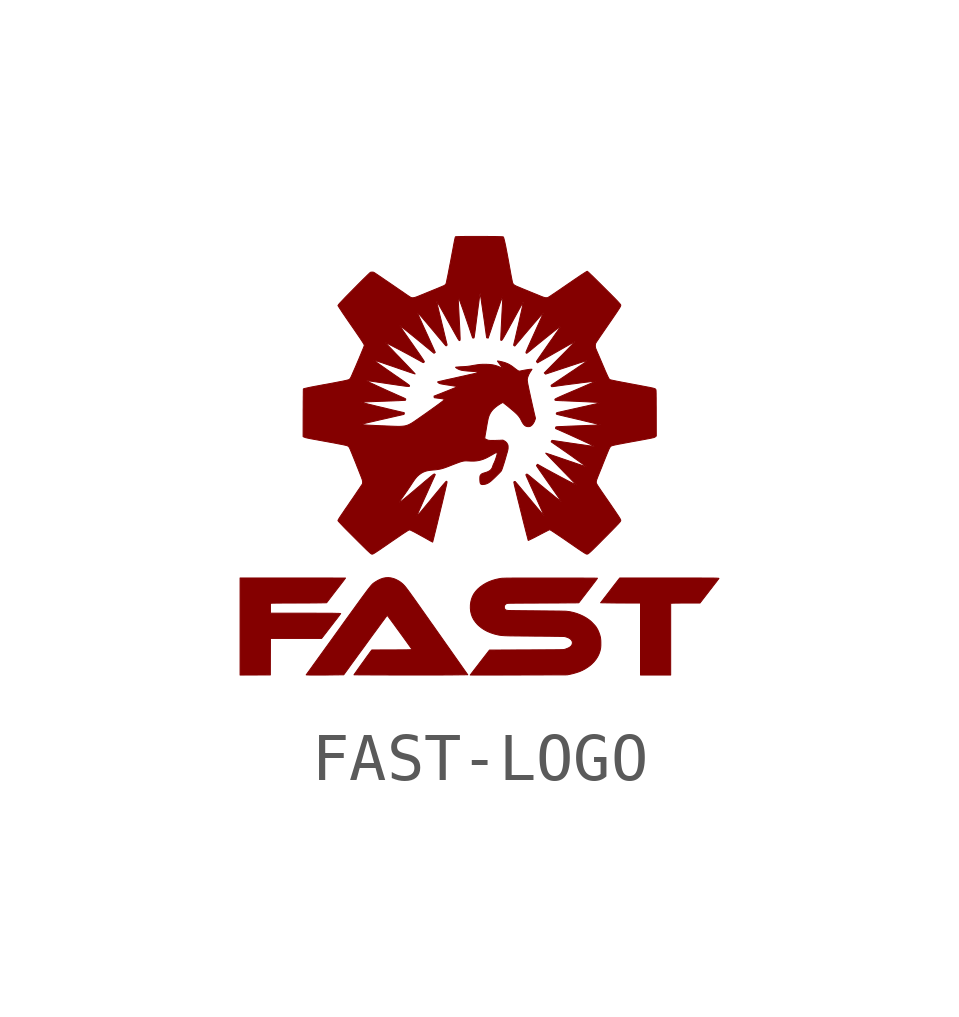
<source format=kicad_sym>
(kicad_symbol_lib
  (version 20231120)
  (generator "kicad_symbol_editor")
  (generator_version "8.0")
  (symbol "FAST-LOGO"
    (pin_names
      (offset 1.016))
    (property "Reference" "#G"
      (at 0 3.941 0)
      (effects (font (size 1.27 1.27)) (hide yes)))
    (symbol "FAST-LOGO_0_0"
      (polyline (pts (xy 3.984 -3.824) (xy 3.984 -3.076) (xy 4.017 -3.074) (xy 4.02 -3.074) (xy 4.033 -3.073) (xy 4.053 -3.073) (xy 4.079 -3.072) (xy 4.11 -3.072) (xy 4.146 -3.072) (xy 4.186 -3.071) (xy 4.23 -3.071) (xy 4.275 -3.071) (xy 4.323 -3.071) (xy 4.595 -3.071) (xy 4.71 -2.922) (xy 4.724 -2.904) (xy 4.766 -2.85) (xy 4.803 -2.801) (xy 4.837 -2.759) (xy 4.865 -2.721) (xy 4.891 -2.688) (xy 4.912 -2.66) (xy 4.931 -2.637) (xy 4.946 -2.617) (xy 4.958 -2.6) (xy 4.968 -2.587) (xy 4.976 -2.577) (xy 4.982 -2.569) (xy 4.986 -2.564) (xy 4.988 -2.56) (xy 4.99 -2.558) (xy 4.99 -2.557) (xy 4.99 -2.557) (xy 4.989 -2.556) (xy 4.986 -2.555) (xy 4.981 -2.554) (xy 4.973 -2.553) (xy 4.963 -2.553) (xy 4.95 -2.552) (xy 4.933 -2.551) (xy 4.913 -2.551) (xy 4.889 -2.55) (xy 4.862 -2.55) (xy 4.829 -2.55) (xy 4.792 -2.549) (xy 4.75 -2.549) (xy 4.704 -2.549) (xy 4.651 -2.549) (xy 4.593 -2.548) (xy 4.529 -2.548) (xy 4.459 -2.548) (xy 4.382 -2.548) (xy 4.299 -2.548) (xy 4.208 -2.548) (xy 4.111 -2.548) (xy 4.005 -2.548) (xy 3.892 -2.548) (xy 2.922 -2.548) (xy 2.766 -2.749) (xy 2.74 -2.784) (xy 2.711 -2.821) (xy 2.684 -2.857) (xy 2.657 -2.891) (xy 2.633 -2.923) (xy 2.611 -2.951) (xy 2.592 -2.975) (xy 2.578 -2.995) (xy 2.567 -3.008) (xy 2.523 -3.065) (xy 2.648 -3.067) (xy 2.657 -3.068) (xy 2.685 -3.068) (xy 2.72 -3.068) (xy 2.761 -3.069) (xy 2.807 -3.069) (xy 2.855 -3.07) (xy 2.906 -3.07) (xy 2.959 -3.07) (xy 3.012 -3.07) (xy 3.064 -3.071) (xy 3.355 -3.071) (xy 3.355 -3.822) (xy 3.355 -4.572) (xy 3.669 -4.572) (xy 3.984 -4.572) (xy 3.984 -3.824)) (stroke (width 0.01) (type default)) (fill (type outline)))
      (polyline (pts (xy -4.679 -4.571) (xy -4.363 -4.57) (xy -4.362 -4.19) (xy -4.361 -3.809) (xy -3.828 -3.809) (xy -3.294 -3.809) (xy -3.183 -3.666) (xy -3.176 -3.656) (xy -3.137 -3.606) (xy -3.1 -3.558) (xy -3.065 -3.513) (xy -3.033 -3.471) (xy -3.003 -3.432) (xy -2.976 -3.398) (xy -2.953 -3.367) (xy -2.933 -3.341) (xy -2.918 -3.32) (xy -2.906 -3.304) (xy -2.899 -3.295) (xy -2.897 -3.291) (xy -2.897 -3.29) (xy -2.902 -3.289) (xy -2.912 -3.288) (xy -2.929 -3.287) (xy -2.951 -3.286) (xy -2.98 -3.286) (xy -3.015 -3.285) (xy -3.056 -3.284) (xy -3.104 -3.284) (xy -3.159 -3.283) (xy -3.221 -3.283) (xy -3.29 -3.283) (xy -3.366 -3.283) (xy -3.45 -3.282) (xy -3.541 -3.282) (xy -3.64 -3.282) (xy -3.748 -3.282) (xy -4.361 -3.282) (xy -4.361 -3.179) (xy -4.361 -3.076) (xy -4.324 -3.074) (xy -4.324 -3.074) (xy -4.315 -3.073) (xy -4.298 -3.073) (xy -4.274 -3.073) (xy -4.244 -3.072) (xy -4.208 -3.072) (xy -4.167 -3.072) (xy -4.122 -3.071) (xy -4.072 -3.071) (xy -4.019 -3.071) (xy -3.963 -3.071) (xy -3.904 -3.071) (xy -3.844 -3.071) (xy -3.794 -3.07) (xy -3.733 -3.07) (xy -3.673 -3.07) (xy -3.614 -3.07) (xy -3.558 -3.07) (xy -3.505 -3.069) (xy -3.457 -3.069) (xy -3.412 -3.069) (xy -3.373 -3.068) (xy -3.341 -3.068) (xy -3.314 -3.068) (xy -3.296 -3.067) (xy -3.19 -3.065) (xy -2.993 -2.808) (xy -2.981 -2.793) (xy -2.951 -2.754) (xy -2.922 -2.717) (xy -2.895 -2.682) (xy -2.871 -2.65) (xy -2.849 -2.622) (xy -2.831 -2.598) (xy -2.816 -2.578) (xy -2.805 -2.563) (xy -2.798 -2.553) (xy -2.795 -2.55) (xy -2.795 -2.55) (xy -2.8 -2.55) (xy -2.813 -2.55) (xy -2.833 -2.549) (xy -2.86 -2.549) (xy -2.894 -2.549) (xy -2.935 -2.549) (xy -2.981 -2.549) (xy -3.034 -2.549) (xy -3.091 -2.548) (xy -3.154 -2.548) (xy -3.222 -2.548) (xy -3.294 -2.548) (xy -3.37 -2.548) (xy -3.45 -2.548) (xy -3.533 -2.548) (xy -3.62 -2.548) (xy -3.709 -2.548) (xy -3.801 -2.548) (xy -3.895 -2.548) (xy -4.994 -2.548) (xy -4.994 -3.56) (xy -4.994 -4.572) (xy -4.679 -4.571)) (stroke (width 0.01) (type default)) (fill (type outline)))
      (polyline (pts (xy -3.281 -4.572) (xy -3.221 -4.572) (xy -3.158 -4.571) (xy -3.092 -4.57) (xy -3.024 -4.569) (xy -2.833 -4.567) (xy -2.744 -4.445) (xy -2.673 -4.346) (xy -2.6 -4.247) (xy -2.533 -4.154) (xy -2.469 -4.067) (xy -2.41 -3.987) (xy -2.356 -3.912) (xy -2.305 -3.842) (xy -2.258 -3.777) (xy -2.215 -3.718) (xy -2.175 -3.664) (xy -2.139 -3.615) (xy -2.106 -3.57) (xy -2.077 -3.53) (xy -2.051 -3.494) (xy -2.027 -3.462) (xy -2.007 -3.435) (xy -1.989 -3.411) (xy -1.974 -3.39) (xy -1.962 -3.373) (xy -1.951 -3.36) (xy -1.943 -3.349) (xy -1.938 -3.341) (xy -1.934 -3.336) (xy -1.931 -3.334) (xy -1.931 -3.333) (xy -1.928 -3.331) (xy -1.925 -3.332) (xy -1.92 -3.335) (xy -1.914 -3.342) (xy -1.905 -3.354) (xy -1.892 -3.37) (xy -1.876 -3.393) (xy -1.862 -3.412) (xy -1.84 -3.441) (xy -1.815 -3.476) (xy -1.785 -3.516) (xy -1.753 -3.561) (xy -1.718 -3.609) (xy -1.68 -3.661) (xy -1.641 -3.715) (xy -1.599 -3.772) (xy -1.557 -3.831) (xy -1.514 -3.89) (xy -1.405 -4.043) (xy -1.496 -4.045) (xy -1.499 -4.045) (xy -1.518 -4.046) (xy -1.546 -4.046) (xy -1.579 -4.046) (xy -1.618 -4.047) (xy -1.661 -4.047) (xy -1.708 -4.047) (xy -1.758 -4.048) (xy -1.811 -4.048) (xy -1.864 -4.048) (xy -1.918 -4.048) (xy -2.247 -4.049) (xy -2.265 -4.072) (xy -2.271 -4.08) (xy -2.283 -4.096) (xy -2.298 -4.117) (xy -2.316 -4.142) (xy -2.337 -4.17) (xy -2.359 -4.2) (xy -2.382 -4.233) (xy -2.407 -4.268) (xy -2.432 -4.303) (xy -2.458 -4.338) (xy -2.483 -4.373) (xy -2.507 -4.407) (xy -2.53 -4.439) (xy -2.551 -4.469) (xy -2.57 -4.496) (xy -2.587 -4.52) (xy -2.6 -4.539) (xy -2.611 -4.554) (xy -2.617 -4.564) (xy -2.619 -4.567) (xy -2.618 -4.567) (xy -2.609 -4.567) (xy -2.592 -4.568) (xy -2.569 -4.568) (xy -2.539 -4.568) (xy -2.503 -4.569) (xy -2.461 -4.569) (xy -2.413 -4.569) (xy -2.361 -4.569) (xy -2.304 -4.569) (xy -2.243 -4.57) (xy -2.177 -4.57) (xy -2.109 -4.57) (xy -2.038 -4.57) (xy -1.964 -4.57) (xy -1.887 -4.571) (xy -1.809 -4.571) (xy -1.73 -4.571) (xy -1.65 -4.571) (xy -1.569 -4.571) (xy -1.488 -4.571) (xy -1.408 -4.571) (xy -1.328 -4.571) (xy -1.25 -4.571) (xy -1.172 -4.571) (xy -1.097 -4.571) (xy -1.024 -4.571) (xy -0.954 -4.571) (xy -0.887 -4.571) (xy -0.824 -4.571) (xy -0.764 -4.571) (xy -0.709 -4.57) (xy -0.659 -4.57) (xy -0.614 -4.57) (xy -0.575 -4.57) (xy -0.541 -4.569) (xy -0.514 -4.569) (xy -0.247 -4.566) (xy -0.655 -3.986) (xy -0.699 -3.924) (xy -0.772 -3.82) (xy -0.841 -3.722) (xy -0.905 -3.631) (xy -0.965 -3.545) (xy -1.022 -3.466) (xy -1.074 -3.391) (xy -1.123 -3.322) (xy -1.168 -3.258) (xy -1.21 -3.199) (xy -1.248 -3.144) (xy -1.284 -3.094) (xy -1.316 -3.048) (xy -1.346 -3.006) (xy -1.373 -2.968) (xy -1.398 -2.933) (xy -1.421 -2.902) (xy -1.441 -2.873) (xy -1.459 -2.848) (xy -1.476 -2.826) (xy -1.49 -2.806) (xy -1.504 -2.788) (xy -1.516 -2.772) (xy -1.526 -2.758) (xy -1.536 -2.746) (xy -1.544 -2.736) (xy -1.552 -2.726) (xy -1.559 -2.718) (xy -1.565 -2.71) (xy -1.572 -2.704) (xy -1.578 -2.697) (xy -1.584 -2.691) (xy -1.59 -2.684) (xy -1.611 -2.665) (xy -1.644 -2.638) (xy -1.681 -2.613) (xy -1.721 -2.591) (xy -1.761 -2.572) (xy -1.797 -2.559) (xy -1.85 -2.546) (xy -1.904 -2.54) (xy -1.957 -2.543) (xy -2.011 -2.553) (xy -2.065 -2.572) (xy -2.12 -2.598) (xy -2.177 -2.632) (xy -2.183 -2.637) (xy -2.191 -2.642) (xy -2.198 -2.646) (xy -2.204 -2.651) (xy -2.211 -2.656) (xy -2.218 -2.661) (xy -2.225 -2.667) (xy -2.232 -2.674) (xy -2.24 -2.681) (xy -2.248 -2.69) (xy -2.258 -2.701) (xy -2.269 -2.713) (xy -2.28 -2.727) (xy -2.293 -2.743) (xy -2.308 -2.762) (xy -2.325 -2.783) (xy -2.343 -2.807) (xy -2.363 -2.834) (xy -2.385 -2.864) (xy -2.41 -2.897) (xy -2.437 -2.934) (xy -2.467 -2.975) (xy -2.5 -3.02) (xy -2.535 -3.069) (xy -2.574 -3.122) (xy -2.616 -3.181) (xy -2.662 -3.244) (xy -2.711 -3.312) (xy -2.764 -3.385) (xy -2.821 -3.464) (xy -2.882 -3.549) (xy -2.947 -3.64) (xy -3.017 -3.737) (xy -3.091 -3.84) (xy -3.137 -3.904) (xy -3.198 -3.988) (xy -3.254 -4.066) (xy -3.306 -4.138) (xy -3.353 -4.203) (xy -3.396 -4.263) (xy -3.435 -4.317) (xy -3.47 -4.365) (xy -3.5 -4.408) (xy -3.527 -4.445) (xy -3.55 -4.477) (xy -3.57 -4.504) (xy -3.586 -4.526) (xy -3.598 -4.543) (xy -3.607 -4.556) (xy -3.613 -4.564) (xy -3.616 -4.567) (xy -3.616 -4.567) (xy -3.611 -4.568) (xy -3.598 -4.569) (xy -3.579 -4.57) (xy -3.553 -4.571) (xy -3.52 -4.572) (xy -3.482 -4.572) (xy -3.439 -4.572) (xy -3.391 -4.572) (xy -3.338 -4.572) (xy -3.281 -4.572)) (stroke (width 0.01) (type default)) (fill (type outline)))
      (polyline (pts (xy 0.243 -4.572) (xy 0.315 -4.572) (xy 0.39 -4.572) (xy 0.47 -4.572) (xy 0.552 -4.571) (xy 0.637 -4.571) (xy 0.725 -4.571) (xy 0.815 -4.571) (xy 1.825 -4.568) (xy 1.885 -4.556) (xy 1.946 -4.542) (xy 2.017 -4.522) (xy 2.083 -4.5) (xy 2.143 -4.474) (xy 2.199 -4.444) (xy 2.253 -4.41) (xy 2.305 -4.372) (xy 2.335 -4.346) (xy 2.384 -4.297) (xy 2.426 -4.245) (xy 2.462 -4.189) (xy 2.49 -4.131) (xy 2.511 -4.07) (xy 2.524 -4.008) (xy 2.526 -3.984) (xy 2.528 -3.953) (xy 2.528 -3.919) (xy 2.528 -3.884) (xy 2.527 -3.85) (xy 2.524 -3.82) (xy 2.521 -3.795) (xy 2.521 -3.793) (xy 2.507 -3.737) (xy 2.487 -3.68) (xy 2.462 -3.624) (xy 2.431 -3.572) (xy 2.422 -3.56) (xy 2.406 -3.54) (xy 2.386 -3.518) (xy 2.364 -3.495) (xy 2.342 -3.472) (xy 2.32 -3.451) (xy 2.301 -3.435) (xy 2.283 -3.421) (xy 2.226 -3.382) (xy 2.163 -3.346) (xy 2.096 -3.315) (xy 2.026 -3.288) (xy 1.953 -3.267) (xy 1.881 -3.251) (xy 1.809 -3.242) (xy 1.805 -3.241) (xy 1.791 -3.241) (xy 1.77 -3.24) (xy 1.742 -3.24) (xy 1.708 -3.239) (xy 1.668 -3.238) (xy 1.623 -3.238) (xy 1.573 -3.237) (xy 1.519 -3.236) (xy 1.461 -3.236) (xy 1.4 -3.235) (xy 1.337 -3.234) (xy 1.27 -3.234) (xy 1.203 -3.233) (xy 1.167 -3.233) (xy 1.1 -3.232) (xy 1.035 -3.232) (xy 0.973 -3.231) (xy 0.914 -3.231) (xy 0.858 -3.23) (xy 0.806 -3.229) (xy 0.759 -3.229) (xy 0.717 -3.228) (xy 0.68 -3.228) (xy 0.649 -3.227) (xy 0.625 -3.227) (xy 0.609 -3.226) (xy 0.599 -3.226) (xy 0.594 -3.225) (xy 0.573 -3.223) (xy 0.557 -3.22) (xy 0.545 -3.215) (xy 0.535 -3.207) (xy 0.526 -3.196) (xy 0.522 -3.189) (xy 0.517 -3.172) (xy 0.515 -3.153) (xy 0.517 -3.134) (xy 0.52 -3.125) (xy 0.53 -3.108) (xy 0.545 -3.093) (xy 0.564 -3.082) (xy 0.565 -3.082) (xy 0.567 -3.081) (xy 0.57 -3.08) (xy 0.573 -3.079) (xy 0.577 -3.078) (xy 0.583 -3.077) (xy 0.59 -3.077) (xy 0.6 -3.076) (xy 0.612 -3.076) (xy 0.626 -3.075) (xy 0.644 -3.075) (xy 0.665 -3.074) (xy 0.691 -3.074) (xy 0.72 -3.074) (xy 0.754 -3.073) (xy 0.793 -3.073) (xy 0.837 -3.073) (xy 0.887 -3.073) (xy 0.943 -3.072) (xy 1.005 -3.072) (xy 1.073 -3.072) (xy 1.149 -3.072) (xy 1.233 -3.071) (xy 1.324 -3.071) (xy 1.389 -3.071) (xy 1.475 -3.07) (xy 1.556 -3.07) (xy 1.632 -3.07) (xy 1.703 -3.069) (xy 1.769 -3.069) (xy 1.828 -3.068) (xy 1.882 -3.068) (xy 1.93 -3.067) (xy 1.971 -3.067) (xy 2.005 -3.067) (xy 2.032 -3.066) (xy 2.052 -3.066) (xy 2.064 -3.065) (xy 2.068 -3.065) (xy 2.07 -3.063) (xy 2.076 -3.055) (xy 2.086 -3.042) (xy 2.1 -3.024) (xy 2.117 -3.002) (xy 2.136 -2.977) (xy 2.158 -2.948) (xy 2.182 -2.918) (xy 2.207 -2.885) (xy 2.232 -2.852) (xy 2.258 -2.818) (xy 2.284 -2.785) (xy 2.309 -2.752) (xy 2.333 -2.721) (xy 2.355 -2.692) (xy 2.375 -2.665) (xy 2.393 -2.643) (xy 2.407 -2.623) (xy 2.413 -2.616) (xy 2.427 -2.597) (xy 2.44 -2.579) (xy 2.449 -2.566) (xy 2.455 -2.556) (xy 2.457 -2.553) (xy 2.452 -2.552) (xy 2.439 -2.552) (xy 2.42 -2.552) (xy 2.393 -2.551) (xy 2.359 -2.551) (xy 2.319 -2.551) (xy 2.273 -2.551) (xy 2.222 -2.551) (xy 2.165 -2.55) (xy 2.103 -2.55) (xy 2.037 -2.55) (xy 1.966 -2.55) (xy 1.892 -2.55) (xy 1.814 -2.55) (xy 1.732 -2.55) (xy 1.649 -2.55) (xy 1.562 -2.55) (xy 1.473 -2.55) (xy 1.436 -2.55) (xy 1.333 -2.55) (xy 1.238 -2.55) (xy 1.151 -2.55) (xy 1.07 -2.55) (xy 0.996 -2.55) (xy 0.928 -2.55) (xy 0.867 -2.55) (xy 0.811 -2.55) (xy 0.761 -2.55) (xy 0.716 -2.55) (xy 0.675 -2.55) (xy 0.64 -2.551) (xy 0.608 -2.551) (xy 0.581 -2.551) (xy 0.557 -2.551) (xy 0.536 -2.552) (xy 0.518 -2.552) (xy 0.503 -2.553) (xy 0.49 -2.553) (xy 0.479 -2.554) (xy 0.47 -2.554) (xy 0.463 -2.555) (xy 0.456 -2.555) (xy 0.45 -2.556) (xy 0.444 -2.557) (xy 0.429 -2.559) (xy 0.346 -2.576) (xy 0.269 -2.598) (xy 0.197 -2.625) (xy 0.129 -2.658) (xy 0.065 -2.697) (xy 0.009 -2.738) (xy -0.042 -2.783) (xy -0.085 -2.831) (xy -0.121 -2.881) (xy -0.149 -2.935) (xy -0.17 -2.992) (xy -0.184 -3.051) (xy -0.192 -3.111) (xy -0.193 -3.178) (xy -0.187 -3.241) (xy -0.173 -3.303) (xy -0.152 -3.361) (xy -0.123 -3.417) (xy -0.086 -3.469) (xy -0.043 -3.519) (xy -0.016 -3.544) (xy 0.039 -3.589) (xy 0.098 -3.628) (xy 0.163 -3.663) (xy 0.234 -3.692) (xy 0.31 -3.717) (xy 0.393 -3.737) (xy 0.404 -3.739) (xy 0.416 -3.741) (xy 0.428 -3.743) (xy 0.441 -3.745) (xy 0.456 -3.747) (xy 0.472 -3.748) (xy 0.49 -3.749) (xy 0.51 -3.751) (xy 0.534 -3.752) (xy 0.561 -3.753) (xy 0.591 -3.754) (xy 0.626 -3.755) (xy 0.665 -3.755) (xy 0.709 -3.756) (xy 0.758 -3.757) (xy 0.813 -3.757) (xy 0.874 -3.758) (xy 0.941 -3.759) (xy 1.016 -3.759) (xy 1.097 -3.76) (xy 1.187 -3.761) (xy 1.214 -3.761) (xy 1.28 -3.761) (xy 1.344 -3.762) (xy 1.405 -3.763) (xy 1.464 -3.763) (xy 1.518 -3.764) (xy 1.569 -3.765) (xy 1.615 -3.765) (xy 1.655 -3.766) (xy 1.691 -3.767) (xy 1.72 -3.767) (xy 1.742 -3.768) (xy 1.758 -3.768) (xy 1.766 -3.769) (xy 1.784 -3.772) (xy 1.818 -3.782) (xy 1.851 -3.795) (xy 1.881 -3.812) (xy 1.891 -3.819) (xy 1.913 -3.84) (xy 1.927 -3.863) (xy 1.935 -3.888) (xy 1.934 -3.914) (xy 1.926 -3.941) (xy 1.924 -3.944) (xy 1.911 -3.964) (xy 1.892 -3.982) (xy 1.867 -3.999) (xy 1.835 -4.014) (xy 1.796 -4.029) (xy 1.785 -4.033) (xy 1.775 -4.036) (xy 1.766 -4.038) (xy 1.756 -4.04) (xy 1.743 -4.041) (xy 1.728 -4.042) (xy 1.708 -4.042) (xy 1.682 -4.043) (xy 1.649 -4.043) (xy 1.64 -4.044) (xy 1.619 -4.044) (xy 1.59 -4.044) (xy 1.555 -4.045) (xy 1.514 -4.045) (xy 1.467 -4.045) (xy 1.415 -4.045) (xy 1.358 -4.046) (xy 1.297 -4.046) (xy 1.232 -4.046) (xy 1.164 -4.047) (xy 1.094 -4.047) (xy 1.022 -4.048) (xy 0.948 -4.048) (xy 0.873 -4.048) (xy 0.206 -4.051) (xy 0.005 -4.31) (xy -0.008 -4.327) (xy -0.038 -4.367) (xy -0.067 -4.404) (xy -0.094 -4.439) (xy -0.119 -4.471) (xy -0.14 -4.499) (xy -0.159 -4.523) (xy -0.174 -4.543) (xy -0.185 -4.558) (xy -0.192 -4.567) (xy -0.195 -4.571) (xy -0.194 -4.571) (xy -0.188 -4.571) (xy -0.173 -4.571) (xy -0.152 -4.572) (xy -0.123 -4.572) (xy -0.088 -4.572) (xy -0.047 -4.572) (xy 0.001 -4.572) (xy 0.054 -4.572) (xy 0.112 -4.572) (xy 0.175 -4.572) (xy 0.243 -4.572)) (stroke (width 0.01) (type default)) (fill (type outline)))
      (polyline (pts (xy -2.236 -2.051) (xy -2.231 -2.049) (xy -2.223 -2.047) (xy -2.215 -2.043) (xy -2.204 -2.037) (xy -2.19 -2.029) (xy -2.174 -2.018) (xy -2.154 -2.006) (xy -2.131 -1.99) (xy -2.103 -1.972) (xy -2.07 -1.95) (xy -2.033 -1.924) (xy -1.99 -1.895) (xy -1.941 -1.861) (xy -1.886 -1.823) (xy -1.879 -1.818) (xy -1.815 -1.774) (xy -1.756 -1.734) (xy -1.703 -1.698) (xy -1.655 -1.665) (xy -1.613 -1.636) (xy -1.576 -1.612) (xy -1.545 -1.592) (xy -1.52 -1.576) (xy -1.502 -1.564) (xy -1.49 -1.557) (xy -1.48 -1.552) (xy -1.467 -1.548) (xy -1.458 -1.546) (xy -1.453 -1.547) (xy -1.441 -1.551) (xy -1.422 -1.56) (xy -1.398 -1.572) (xy -1.367 -1.587) (xy -1.332 -1.606) (xy -1.291 -1.628) (xy -1.246 -1.653) (xy -1.197 -1.68) (xy -1.144 -1.709) (xy -1.088 -1.741) (xy -1.077 -1.747) (xy -1.051 -1.762) (xy -1.028 -1.775) (xy -1.008 -1.785) (xy -0.993 -1.793) (xy -0.983 -1.798) (xy -0.979 -1.8) (xy -0.979 -1.799) (xy -0.977 -1.792) (xy -0.973 -1.779) (xy -0.968 -1.758) (xy -0.961 -1.731) (xy -0.953 -1.699) (xy -0.944 -1.662) (xy -0.934 -1.62) (xy -0.922 -1.574) (xy -0.91 -1.525) (xy -0.898 -1.473) (xy -0.884 -1.419) (xy -0.871 -1.363) (xy -0.857 -1.305) (xy -0.843 -1.247) (xy -0.829 -1.188) (xy -0.815 -1.13) (xy -0.801 -1.073) (xy -0.787 -1.017) (xy -0.774 -0.963) (xy -0.762 -0.912) (xy -0.75 -0.863) (xy -0.74 -0.818) (xy -0.73 -0.777) (xy -0.721 -0.741) (xy -0.714 -0.71) (xy -0.712 -0.7) (xy -0.703 -0.661) (xy -0.695 -0.629) (xy -0.69 -0.603) (xy -0.685 -0.583) (xy -0.682 -0.568) (xy -0.68 -0.556) (xy -0.68 -0.548) (xy -0.68 -0.543) (xy -0.681 -0.539) (xy -0.682 -0.537) (xy -0.685 -0.534) (xy -0.694 -0.532) (xy -0.695 -0.533) (xy -0.699 -0.536) (xy -0.707 -0.543) (xy -0.717 -0.555) (xy -0.731 -0.57) (xy -0.749 -0.591) (xy -0.77 -0.615) (xy -0.795 -0.645) (xy -0.824 -0.68) (xy -0.857 -0.721) (xy -0.895 -0.766) (xy -0.938 -0.818) (xy -0.986 -0.876) (xy -0.993 -0.885) (xy -1.042 -0.946) (xy -1.087 -1) (xy -1.127 -1.048) (xy -1.162 -1.091) (xy -1.193 -1.128) (xy -1.22 -1.16) (xy -1.243 -1.187) (xy -1.262 -1.21) (xy -1.278 -1.228) (xy -1.29 -1.241) (xy -1.298 -1.25) (xy -1.304 -1.256) (xy -1.307 -1.258) (xy -1.308 -1.257) (xy -1.307 -1.254) (xy -1.306 -1.248) (xy -1.302 -1.238) (xy -1.297 -1.225) (xy -1.289 -1.207) (xy -1.28 -1.185) (xy -1.268 -1.158) (xy -1.254 -1.126) (xy -1.238 -1.089) (xy -1.218 -1.046) (xy -1.197 -0.997) (xy -1.172 -0.942) (xy -1.144 -0.88) (xy -1.113 -0.812) (xy -1.079 -0.736) (xy -1.059 -0.691) (xy -1.039 -0.647) (xy -1.02 -0.605) (xy -1.002 -0.565) (xy -0.986 -0.529) (xy -0.971 -0.497) (xy -0.959 -0.47) (xy -0.949 -0.449) (xy -0.942 -0.433) (xy -0.938 -0.424) (xy -0.924 -0.392) (xy -0.933 -0.385) (xy -0.939 -0.381) (xy -0.945 -0.38) (xy -0.954 -0.384) (xy -0.956 -0.385) (xy -0.961 -0.388) (xy -0.969 -0.393) (xy -0.979 -0.401) (xy -0.991 -0.411) (xy -1.007 -0.423) (xy -1.026 -0.439) (xy -1.049 -0.458) (xy -1.076 -0.481) (xy -1.108 -0.507) (xy -1.145 -0.538) (xy -1.187 -0.574) (xy -1.235 -0.615) (xy -1.262 -0.638) (xy -1.321 -0.687) (xy -1.374 -0.732) (xy -1.421 -0.772) (xy -1.464 -0.808) (xy -1.501 -0.839) (xy -1.534 -0.866) (xy -1.562 -0.89) (xy -1.587 -0.91) (xy -1.608 -0.927) (xy -1.625 -0.941) (xy -1.639 -0.952) (xy -1.651 -0.96) (xy -1.66 -0.967) (xy -1.666 -0.971) (xy -1.671 -0.973) (xy -1.674 -0.974) (xy -1.676 -0.973) (xy -1.677 -0.972) (xy -1.677 -0.969) (xy -1.674 -0.964) (xy -1.669 -0.956) (xy -1.662 -0.945) (xy -1.651 -0.929) (xy -1.637 -0.909) (xy -1.619 -0.883) (xy -1.596 -0.852) (xy -1.59 -0.843) (xy -1.568 -0.812) (xy -1.548 -0.784) (xy -1.53 -0.757) (xy -1.511 -0.731) (xy -1.493 -0.704) (xy -1.473 -0.674) (xy -1.451 -0.642) (xy -1.427 -0.605) (xy -1.399 -0.562) (xy -1.372 -0.522) (xy -1.347 -0.487) (xy -1.324 -0.458) (xy -1.302 -0.433) (xy -1.279 -0.412) (xy -1.256 -0.392) (xy -1.23 -0.374) (xy -1.222 -0.368) (xy -1.192 -0.35) (xy -1.162 -0.336) (xy -1.13 -0.324) (xy -1.095 -0.314) (xy -1.056 -0.307) (xy -1.011 -0.301) (xy -0.959 -0.296) (xy -0.955 -0.296) (xy -0.914 -0.292) (xy -0.876 -0.287) (xy -0.841 -0.281) (xy -0.806 -0.274) (xy -0.77 -0.264) (xy -0.732 -0.252) (xy -0.69 -0.237) (xy -0.642 -0.219) (xy -0.612 -0.207) (xy -0.561 -0.187) (xy -0.517 -0.17) (xy -0.479 -0.156) (xy -0.445 -0.143) (xy -0.417 -0.133) (xy -0.392 -0.125) (xy -0.369 -0.118) (xy -0.35 -0.114) (xy -0.332 -0.11) (xy -0.315 -0.108) (xy -0.298 -0.107) (xy -0.281 -0.106) (xy -0.264 -0.107) (xy -0.244 -0.108) (xy -0.222 -0.109) (xy -0.175 -0.111) (xy -0.118 -0.111) (xy -0.066 -0.107) (xy -0.016 -0.099) (xy 0.033 -0.087) (xy 0.081 -0.071) (xy 0.131 -0.05) (xy 0.184 -0.023) (xy 0.241 0.009) (xy 0.265 0.022) (xy 0.29 0.037) (xy 0.309 0.048) (xy 0.324 0.056) (xy 0.335 0.061) (xy 0.343 0.064) (xy 0.348 0.065) (xy 0.353 0.064) (xy 0.357 0.061) (xy 0.361 0.057) (xy 0.371 0.05) (xy 0.363 0.024) (xy 0.356 -0.0004) (xy 0.345 -0.037) (xy 0.333 -0.072) (xy 0.322 -0.103) (xy 0.311 -0.13) (xy 0.302 -0.15) (xy 0.299 -0.155) (xy 0.29 -0.175) (xy 0.281 -0.196) (xy 0.275 -0.213) (xy 0.268 -0.236) (xy 0.257 -0.26) (xy 0.244 -0.279) (xy 0.228 -0.297) (xy 0.226 -0.299) (xy 0.206 -0.314) (xy 0.181 -0.328) (xy 0.15 -0.341) (xy 0.112 -0.353) (xy 0.099 -0.357) (xy 0.077 -0.364) (xy 0.061 -0.37) (xy 0.049 -0.376) (xy 0.039 -0.382) (xy 0.029 -0.391) (xy 0.024 -0.397) (xy 0.015 -0.409) (xy 0.009 -0.424) (xy 0.006 -0.443) (xy 0.005 -0.468) (xy 0.005 -0.498) (xy 0.006 -0.513) (xy 0.008 -0.542) (xy 0.012 -0.564) (xy 0.018 -0.58) (xy 0.027 -0.591) (xy 0.04 -0.597) (xy 0.056 -0.6) (xy 0.077 -0.599) (xy 0.11 -0.595) (xy 0.144 -0.585) (xy 0.177 -0.57) (xy 0.211 -0.548) (xy 0.247 -0.52) (xy 0.252 -0.515) (xy 0.269 -0.499) (xy 0.29 -0.48) (xy 0.312 -0.459) (xy 0.335 -0.437) (xy 0.358 -0.414) (xy 0.381 -0.391) (xy 0.402 -0.37) (xy 0.421 -0.351) (xy 0.436 -0.335) (xy 0.447 -0.322) (xy 0.454 -0.314) (xy 0.457 -0.307) (xy 0.463 -0.292) (xy 0.471 -0.271) (xy 0.481 -0.243) (xy 0.491 -0.211) (xy 0.503 -0.175) (xy 0.516 -0.134) (xy 0.529 -0.091) (xy 0.542 -0.046) (xy 0.555 0) (xy 0.564 0.031) (xy 0.573 0.061) (xy 0.58 0.086) (xy 0.585 0.106) (xy 0.589 0.122) (xy 0.591 0.135) (xy 0.593 0.146) (xy 0.594 0.157) (xy 0.594 0.167) (xy 0.594 0.179) (xy 0.594 0.193) (xy 0.593 0.208) (xy 0.591 0.22) (xy 0.587 0.231) (xy 0.581 0.244) (xy 0.564 0.272) (xy 0.539 0.296) (xy 0.508 0.315) (xy 0.486 0.326) (xy 0.404 0.322) (xy 0.389 0.322) (xy 0.335 0.32) (xy 0.289 0.319) (xy 0.25 0.319) (xy 0.219 0.32) (xy 0.196 0.322) (xy 0.18 0.324) (xy 0.18 0.324) (xy 0.164 0.33) (xy 0.147 0.337) (xy 0.131 0.345) (xy 0.118 0.352) (xy 0.11 0.358) (xy 0.109 0.361) (xy 0.108 0.368) (xy 0.109 0.379) (xy 0.112 0.396) (xy 0.115 0.42) (xy 0.116 0.426) (xy 0.12 0.447) (xy 0.125 0.473) (xy 0.13 0.504) (xy 0.136 0.538) (xy 0.142 0.574) (xy 0.148 0.609) (xy 0.15 0.623) (xy 0.156 0.657) (xy 0.162 0.69) (xy 0.168 0.72) (xy 0.173 0.747) (xy 0.178 0.768) (xy 0.181 0.783) (xy 0.184 0.795) (xy 0.201 0.844) (xy 0.223 0.889) (xy 0.251 0.932) (xy 0.286 0.972) (xy 0.328 1.01) (xy 0.376 1.047) (xy 0.433 1.084) (xy 0.437 1.086) (xy 0.455 1.096) (xy 0.469 1.104) (xy 0.48 1.11) (xy 0.485 1.112) (xy 0.486 1.111) (xy 0.492 1.107) (xy 0.503 1.099) (xy 0.518 1.087) (xy 0.537 1.072) (xy 0.559 1.055) (xy 0.583 1.036) (xy 0.607 1.016) (xy 0.632 0.995) (xy 0.656 0.975) (xy 0.679 0.956) (xy 0.7 0.938) (xy 0.718 0.923) (xy 0.719 0.922) (xy 0.753 0.891) (xy 0.781 0.864) (xy 0.804 0.839) (xy 0.824 0.814) (xy 0.842 0.788) (xy 0.858 0.76) (xy 0.874 0.728) (xy 0.881 0.714) (xy 0.901 0.679) (xy 0.921 0.652) (xy 0.941 0.632) (xy 0.963 0.618) (xy 0.988 0.61) (xy 1.014 0.607) (xy 1.024 0.607) (xy 1.043 0.61) (xy 1.06 0.616) (xy 1.068 0.621) (xy 1.089 0.637) (xy 1.109 0.66) (xy 1.128 0.688) (xy 1.144 0.719) (xy 1.156 0.753) (xy 1.165 0.781) (xy 1.14 0.885) (xy 1.131 0.925) (xy 1.12 0.974) (xy 1.108 1.025) (xy 1.096 1.079) (xy 1.084 1.133) (xy 1.072 1.187) (xy 1.06 1.241) (xy 1.049 1.293) (xy 1.038 1.342) (xy 1.028 1.388) (xy 1.02 1.429) (xy 1.012 1.465) (xy 1.006 1.495) (xy 1.002 1.518) (xy 0.999 1.538) (xy 0.995 1.564) (xy 0.994 1.585) (xy 0.996 1.604) (xy 1 1.623) (xy 1.006 1.645) (xy 1.014 1.664) (xy 1.028 1.698) (xy 1.047 1.733) (xy 1.072 1.772) (xy 1.092 1.803) (xy 1.078 1.804) (xy 1.071 1.804) (xy 1.056 1.803) (xy 1.036 1.801) (xy 1.012 1.798) (xy 0.985 1.793) (xy 0.958 1.789) (xy 0.93 1.784) (xy 0.905 1.779) (xy 0.884 1.775) (xy 0.869 1.772) (xy 0.852 1.768) (xy 0.839 1.766) (xy 0.831 1.765) (xy 0.82 1.766) (xy 0.807 1.772) (xy 0.79 1.782) (xy 0.768 1.797) (xy 0.742 1.817) (xy 0.706 1.845) (xy 0.668 1.873) (xy 0.631 1.896) (xy 0.596 1.915) (xy 0.56 1.93) (xy 0.523 1.944) (xy 0.482 1.955) (xy 0.472 1.958) (xy 0.449 1.963) (xy 0.427 1.968) (xy 0.408 1.972) (xy 0.396 1.974) (xy 0.372 1.976) (xy 0.379 1.965) (xy 0.384 1.958) (xy 0.393 1.946) (xy 0.404 1.931) (xy 0.416 1.915) (xy 0.435 1.889) (xy 0.451 1.867) (xy 0.465 1.848) (xy 0.474 1.834) (xy 0.48 1.825) (xy 0.481 1.821) (xy 0.477 1.823) (xy 0.467 1.827) (xy 0.455 1.834) (xy 0.418 1.851) (xy 0.372 1.869) (xy 0.326 1.884) (xy 0.278 1.895) (xy 0.227 1.902) (xy 0.172 1.906) (xy 0.11 1.907) (xy 0.106 1.907) (xy 0.071 1.907) (xy 0.04 1.906) (xy 0.009 1.904) (xy -0.022 1.901) (xy -0.055 1.896) (xy -0.092 1.89) (xy -0.136 1.883) (xy -0.162 1.878) (xy -0.189 1.873) (xy -0.212 1.87) (xy -0.235 1.867) (xy -0.257 1.864) (xy -0.281 1.862) (xy -0.309 1.86) (xy -0.341 1.858) (xy -0.38 1.856) (xy -0.387 1.856) (xy -0.416 1.854) (xy -0.443 1.852) (xy -0.466 1.85) (xy -0.484 1.849) (xy -0.495 1.847) (xy -0.5 1.846) (xy -0.5 1.843) (xy -0.494 1.837) (xy -0.482 1.829) (xy -0.468 1.819) (xy -0.451 1.81) (xy -0.432 1.801) (xy -0.431 1.801) (xy -0.414 1.794) (xy -0.395 1.788) (xy -0.373 1.782) (xy -0.348 1.778) (xy -0.319 1.774) (xy -0.284 1.77) (xy -0.243 1.766) (xy -0.195 1.763) (xy -0.184 1.762) (xy -0.157 1.76) (xy -0.132 1.758) (xy -0.111 1.757) (xy -0.095 1.755) (xy -0.085 1.754) (xy -0.081 1.754) (xy -0.066 1.751) (xy -0.05 1.748) (xy -0.034 1.745) (xy -0.021 1.742) (xy -0.012 1.74) (xy -0.009 1.738) (xy -0.012 1.737) (xy -0.021 1.735) (xy -0.035 1.731) (xy -0.056 1.726) (xy -0.082 1.72) (xy -0.116 1.712) (xy -0.156 1.703) (xy -0.203 1.693) (xy -0.256 1.681) (xy -0.317 1.667) (xy -0.386 1.652) (xy -0.462 1.635) (xy -0.545 1.616) (xy -0.567 1.611) (xy -0.616 1.601) (xy -0.662 1.59) (xy -0.706 1.581) (xy -0.745 1.571) (xy -0.78 1.563) (xy -0.811 1.556) (xy -0.836 1.551) (xy -0.855 1.546) (xy -0.867 1.543) (xy -0.872 1.542) (xy -0.874 1.539) (xy -0.873 1.535) (xy -0.866 1.528) (xy -0.865 1.526) (xy -0.854 1.518) (xy -0.843 1.511) (xy -0.837 1.508) (xy -0.828 1.505) (xy -0.814 1.501) (xy -0.796 1.497) (xy -0.773 1.493) (xy -0.745 1.488) (xy -0.711 1.482) (xy -0.671 1.476) (xy -0.623 1.469) (xy -0.568 1.46) (xy -0.54 1.456) (xy -0.514 1.452) (xy -0.492 1.449) (xy -0.475 1.446) (xy -0.464 1.444) (xy -0.46 1.443) (xy -0.461 1.442) (xy -0.468 1.438) (xy -0.482 1.432) (xy -0.502 1.423) (xy -0.527 1.412) (xy -0.558 1.4) (xy -0.593 1.385) (xy -0.633 1.369) (xy -0.675 1.352) (xy -0.721 1.334) (xy -0.768 1.315) (xy -0.818 1.295) (xy -0.869 1.276) (xy -0.92 1.255) (xy -0.95 1.244) (xy -0.948 1.228) (xy -0.948 1.225) (xy -0.946 1.216) (xy -0.945 1.211) (xy -0.944 1.211) (xy -0.936 1.21) (xy -0.922 1.208) (xy -0.903 1.205) (xy -0.88 1.202) (xy -0.855 1.199) (xy -0.845 1.198) (xy -0.813 1.194) (xy -0.788 1.19) (xy -0.77 1.187) (xy -0.756 1.184) (xy -0.747 1.18) (xy -0.742 1.176) (xy -0.739 1.171) (xy -0.738 1.166) (xy -0.74 1.163) (xy -0.748 1.156) (xy -0.763 1.144) (xy -0.782 1.129) (xy -0.808 1.11) (xy -0.838 1.087) (xy -0.874 1.061) (xy -0.913 1.032) (xy -0.957 1.001) (xy -1.004 0.967) (xy -1.055 0.931) (xy -1.109 0.892) (xy -1.166 0.852) (xy -1.225 0.811) (xy -1.286 0.768) (xy -1.314 0.749) (xy -1.353 0.722) (xy -1.387 0.699) (xy -1.419 0.679) (xy -1.448 0.663) (xy -1.476 0.649) (xy -1.503 0.638) (xy -1.531 0.629) (xy -1.56 0.622) (xy -1.591 0.618) (xy -1.625 0.615) (xy -1.662 0.613) (xy -1.705 0.613) (xy -1.752 0.614) (xy -1.807 0.616) (xy -1.868 0.618) (xy -1.874 0.619) (xy -1.935 0.621) (xy -1.996 0.624) (xy -2.056 0.626) (xy -2.113 0.629) (xy -2.168 0.631) (xy -2.219 0.634) (xy -2.266 0.636) (xy -2.309 0.638) (xy -2.346 0.64) (xy -2.377 0.642) (xy -2.401 0.644) (xy -2.418 0.645) (xy -2.435 0.646) (xy -2.453 0.648) (xy -2.466 0.649) (xy -2.474 0.649) (xy -2.477 0.649) (xy -2.482 0.65) (xy -2.482 0.651) (xy -2.479 0.653) (xy -2.47 0.656) (xy -2.455 0.66) (xy -2.435 0.665) (xy -2.408 0.672) (xy -2.373 0.68) (xy -2.332 0.69) (xy -2.323 0.692) (xy -2.304 0.697) (xy -2.279 0.702) (xy -2.248 0.709) (xy -2.213 0.717) (xy -2.174 0.726) (xy -2.132 0.736) (xy -2.088 0.746) (xy -2.041 0.757) (xy -1.994 0.767) (xy -1.946 0.778) (xy -1.898 0.789) (xy -1.852 0.8) (xy -1.807 0.81) (xy -1.764 0.82) (xy -1.725 0.829) (xy -1.689 0.837) (xy -1.657 0.844) (xy -1.631 0.85) (xy -1.611 0.855) (xy -1.597 0.858) (xy -1.59 0.859) (xy -1.578 0.863) (xy -1.572 0.871) (xy -1.57 0.884) (xy -1.57 0.887) (xy -1.571 0.896) (xy -1.575 0.9) (xy -1.585 0.903) (xy -1.595 0.904) (xy -1.612 0.908) (xy -1.635 0.913) (xy -1.664 0.92) (xy -1.698 0.928) (xy -1.736 0.937) (xy -1.778 0.947) (xy -1.823 0.957) (xy -1.87 0.969) (xy -1.92 0.98) (xy -1.97 0.993) (xy -2.022 1.005) (xy -2.073 1.017) (xy -2.124 1.029) (xy -2.174 1.041) (xy -2.221 1.053) (xy -2.267 1.064) (xy -2.309 1.074) (xy -2.348 1.084) (xy -2.383 1.092) (xy -2.413 1.1) (xy -2.437 1.106) (xy -2.456 1.111) (xy -2.467 1.114) (xy -2.472 1.115) (xy -2.472 1.115) (xy -2.472 1.116) (xy -2.47 1.117) (xy -2.467 1.118) (xy -2.461 1.118) (xy -2.452 1.119) (xy -2.44 1.12) (xy -2.424 1.121) (xy -2.404 1.122) (xy -2.379 1.123) (xy -2.349 1.124) (xy -2.314 1.126) (xy -2.273 1.127) (xy -2.225 1.129) (xy -2.171 1.131) (xy -2.11 1.133) (xy -2.041 1.136) (xy -2.002 1.137) (xy -1.933 1.14) (xy -1.871 1.142) (xy -1.815 1.144) (xy -1.767 1.146) (xy -1.725 1.148) (xy -1.688 1.149) (xy -1.657 1.151) (xy -1.631 1.152) (xy -1.609 1.153) (xy -1.591 1.154) (xy -1.577 1.155) (xy -1.567 1.155) (xy -1.558 1.156) (xy -1.553 1.157) (xy -1.549 1.157) (xy -1.547 1.158) (xy -1.546 1.159) (xy -1.543 1.165) (xy -1.541 1.174) (xy -1.541 1.176) (xy -1.54 1.179) (xy -1.54 1.181) (xy -1.541 1.184) (xy -1.544 1.187) (xy -1.549 1.19) (xy -1.556 1.194) (xy -1.567 1.2) (xy -1.582 1.207) (xy -1.602 1.216) (xy -1.626 1.227) (xy -1.657 1.24) (xy -1.693 1.256) (xy -1.736 1.275) (xy -1.773 1.292) (xy -1.829 1.317) (xy -1.884 1.341) (xy -1.939 1.366) (xy -1.992 1.39) (xy -2.044 1.414) (xy -2.094 1.437) (xy -2.141 1.458) (xy -2.185 1.479) (xy -2.226 1.498) (xy -2.263 1.515) (xy -2.295 1.53) (xy -2.322 1.543) (xy -2.343 1.554) (xy -2.359 1.562) (xy -2.368 1.567) (xy -2.37 1.569) (xy -2.37 1.569) (xy -2.365 1.569) (xy -2.353 1.567) (xy -2.333 1.565) (xy -2.308 1.561) (xy -2.278 1.557) (xy -2.242 1.552) (xy -2.202 1.546) (xy -2.159 1.54) (xy -2.113 1.533) (xy -2.064 1.526) (xy -2.026 1.52) (xy -1.949 1.509) (xy -1.879 1.498) (xy -1.816 1.489) (xy -1.76 1.481) (xy -1.71 1.473) (xy -1.666 1.467) (xy -1.627 1.462) (xy -1.594 1.457) (xy -1.565 1.453) (xy -1.542 1.45) (xy -1.522 1.448) (xy -1.505 1.447) (xy -1.492 1.446) (xy -1.482 1.446) (xy -1.475 1.446) (xy -1.469 1.446) (xy -1.466 1.448) (xy -1.463 1.449) (xy -1.462 1.452) (xy -1.462 1.454) (xy -1.461 1.457) (xy -1.461 1.458) (xy -1.461 1.46) (xy -1.461 1.462) (xy -1.462 1.464) (xy -1.464 1.467) (xy -1.467 1.47) (xy -1.472 1.475) (xy -1.479 1.481) (xy -1.489 1.488) (xy -1.502 1.498) (xy -1.517 1.509) (xy -1.536 1.523) (xy -1.559 1.539) (xy -1.587 1.558) (xy -1.618 1.58) (xy -1.655 1.605) (xy -1.697 1.635) (xy -1.745 1.667) (xy -1.798 1.704) (xy -1.858 1.746) (xy -1.864 1.75) (xy -1.911 1.782) (xy -1.956 1.814) (xy -1.999 1.844) (xy -2.039 1.872) (xy -2.076 1.898) (xy -2.109 1.921) (xy -2.139 1.942) (xy -2.163 1.96) (xy -2.183 1.975) (xy -2.197 1.986) (xy -2.206 1.992) (xy -2.208 1.995) (xy -2.206 1.995) (xy -2.197 1.992) (xy -2.18 1.988) (xy -2.156 1.98) (xy -2.124 1.969) (xy -2.085 1.956) (xy -2.038 1.941) (xy -1.984 1.922) (xy -1.923 1.901) (xy -1.855 1.878) (xy -1.779 1.852) (xy -1.744 1.84) (xy -1.673 1.815) (xy -1.609 1.793) (xy -1.552 1.774) (xy -1.503 1.757) (xy -1.46 1.742) (xy -1.424 1.73) (xy -1.395 1.721) (xy -1.373 1.714) (xy -1.357 1.709) (xy -1.347 1.706) (xy -1.344 1.706) (xy -1.344 1.706) (xy -1.346 1.709) (xy -1.352 1.716) (xy -1.363 1.729) (xy -1.379 1.746) (xy -1.399 1.767) (xy -1.424 1.794) (xy -1.454 1.825) (xy -1.489 1.862) (xy -1.529 1.904) (xy -1.574 1.951) (xy -1.625 2.004) (xy -1.68 2.062) (xy -1.742 2.125) (xy -1.808 2.195) (xy -1.829 2.217) (xy -1.857 2.246) (xy -1.883 2.273) (xy -1.907 2.297) (xy -1.927 2.318) (xy -1.943 2.336) (xy -1.955 2.349) (xy -1.963 2.357) (xy -1.966 2.36) (xy -1.965 2.36) (xy -1.96 2.359) (xy -1.949 2.354) (xy -1.931 2.345) (xy -1.908 2.334) (xy -1.88 2.32) (xy -1.848 2.303) (xy -1.812 2.285) (xy -1.773 2.264) (xy -1.732 2.243) (xy -1.688 2.22) (xy -1.642 2.196) (xy -1.596 2.171) (xy -1.549 2.146) (xy -1.502 2.121) (xy -1.456 2.096) (xy -1.411 2.071) (xy -1.368 2.048) (xy -1.327 2.025) (xy -1.289 2.004) (xy -1.254 1.985) (xy -1.249 1.982) (xy -1.224 1.968) (xy -1.205 1.957) (xy -1.191 1.95) (xy -1.181 1.945) (xy -1.174 1.943) (xy -1.17 1.943) (xy -1.166 1.944) (xy -1.164 1.946) (xy -1.158 1.952) (xy -1.152 1.96) (xy -1.152 1.961) (xy -1.153 1.965) (xy -1.156 1.971) (xy -1.16 1.979) (xy -1.167 1.99) (xy -1.176 2.004) (xy -1.187 2.021) (xy -1.201 2.042) (xy -1.218 2.067) (xy -1.238 2.096) (xy -1.261 2.13) (xy -1.287 2.167) (xy -1.317 2.211) (xy -1.351 2.259) (xy -1.388 2.313) (xy -1.43 2.372) (xy -1.476 2.438) (xy -1.526 2.51) (xy -1.531 2.517) (xy -1.556 2.553) (xy -1.58 2.587) (xy -1.602 2.619) (xy -1.621 2.647) (xy -1.638 2.672) (xy -1.652 2.692) (xy -1.663 2.707) (xy -1.669 2.717) (xy -1.671 2.72) (xy -1.671 2.72) (xy -1.668 2.718) (xy -1.658 2.711) (xy -1.643 2.7) (xy -1.623 2.684) (xy -1.598 2.665) (xy -1.569 2.642) (xy -1.537 2.616) (xy -1.501 2.587) (xy -1.462 2.555) (xy -1.42 2.521) (xy -1.376 2.486) (xy -1.331 2.449) (xy -1.284 2.41) (xy -1.236 2.371) (xy -1.187 2.331) (xy -1.138 2.29) (xy -1.1 2.259) (xy -1.067 2.232) (xy -1.039 2.209) (xy -1.016 2.19) (xy -0.997 2.175) (xy -0.983 2.163) (xy -0.971 2.153) (xy -0.963 2.147) (xy -0.957 2.142) (xy -0.954 2.14) (xy -0.951 2.138) (xy -0.95 2.138) (xy -0.95 2.138) (xy -0.944 2.141) (xy -0.936 2.147) (xy -0.924 2.156) (xy -1.093 2.53) (xy -1.106 2.557) (xy -1.129 2.609) (xy -1.153 2.66) (xy -1.175 2.709) (xy -1.196 2.755) (xy -1.215 2.797) (xy -1.232 2.836) (xy -1.248 2.87) (xy -1.261 2.9) (xy -1.272 2.923) (xy -1.28 2.941) (xy -1.284 2.951) (xy -1.286 2.955) (xy -1.294 2.972) (xy -1.3 2.987) (xy -1.304 2.997) (xy -1.305 3.001) (xy -1.305 3.001) (xy -1.301 2.997) (xy -1.292 2.988) (xy -1.279 2.973) (xy -1.261 2.953) (xy -1.239 2.928) (xy -1.214 2.899) (xy -1.185 2.865) (xy -1.153 2.827) (xy -1.118 2.786) (xy -1.08 2.741) (xy -1.04 2.693) (xy -0.998 2.643) (xy -0.953 2.59) (xy -0.908 2.535) (xy -0.861 2.479) (xy -0.844 2.459) (xy -0.818 2.428) (xy -0.793 2.398) (xy -0.771 2.372) (xy -0.751 2.348) (xy -0.735 2.329) (xy -0.722 2.314) (xy -0.713 2.304) (xy -0.709 2.299) (xy -0.708 2.299) (xy -0.701 2.293) (xy -0.694 2.293) (xy -0.685 2.3) (xy -0.681 2.304) (xy -0.678 2.309) (xy -0.679 2.316) (xy -0.681 2.329) (xy -0.681 2.329) (xy -0.683 2.337) (xy -0.687 2.351) (xy -0.692 2.373) (xy -0.699 2.4) (xy -0.707 2.434) (xy -0.716 2.472) (xy -0.727 2.515) (xy -0.738 2.562) (xy -0.75 2.613) (xy -0.763 2.667) (xy -0.777 2.723) (xy -0.791 2.781) (xy -0.792 2.786) (xy -0.806 2.844) (xy -0.82 2.9) (xy -0.833 2.953) (xy -0.845 3.002) (xy -0.856 3.049) (xy -0.866 3.091) (xy -0.875 3.128) (xy -0.883 3.16) (xy -0.889 3.186) (xy -0.894 3.206) (xy -0.897 3.219) (xy -0.898 3.225) (xy -0.898 3.226) (xy -0.898 3.228) (xy -0.897 3.227) (xy -0.894 3.224) (xy -0.89 3.217) (xy -0.884 3.208) (xy -0.876 3.194) (xy -0.866 3.177) (xy -0.853 3.155) (xy -0.838 3.129) (xy -0.82 3.097) (xy -0.8 3.061) (xy -0.776 3.019) (xy -0.749 2.971) (xy -0.719 2.917) (xy -0.686 2.856) (xy -0.648 2.789) (xy -0.644 2.782) (xy -0.611 2.722) (xy -0.581 2.669) (xy -0.555 2.622) (xy -0.532 2.581) (xy -0.512 2.545) (xy -0.495 2.515) (xy -0.48 2.489) (xy -0.468 2.467) (xy -0.458 2.449) (xy -0.449 2.435) (xy -0.442 2.424) (xy -0.436 2.416) (xy -0.432 2.41) (xy -0.429 2.406) (xy -0.426 2.404) (xy -0.423 2.402) (xy -0.421 2.402) (xy -0.419 2.402) (xy -0.415 2.402) (xy -0.41 2.406) (xy -0.407 2.417) (xy -0.407 2.421) (xy -0.406 2.429) (xy -0.406 2.44) (xy -0.406 2.456) (xy -0.407 2.476) (xy -0.408 2.501) (xy -0.409 2.531) (xy -0.41 2.567) (xy -0.412 2.609) (xy -0.414 2.657) (xy -0.417 2.712) (xy -0.42 2.773) (xy -0.424 2.842) (xy -0.428 2.919) (xy -0.429 2.944) (xy -0.432 3.008) (xy -0.435 3.064) (xy -0.438 3.114) (xy -0.44 3.156) (xy -0.442 3.193) (xy -0.443 3.224) (xy -0.444 3.249) (xy -0.445 3.269) (xy -0.445 3.285) (xy -0.445 3.296) (xy -0.445 3.304) (xy -0.445 3.309) (xy -0.444 3.311) (xy -0.443 3.31) (xy -0.442 3.309) (xy -0.439 3.301) (xy -0.433 3.286) (xy -0.425 3.265) (xy -0.416 3.24) (xy -0.405 3.211) (xy -0.394 3.178) (xy -0.381 3.144) (xy -0.368 3.107) (xy -0.355 3.071) (xy -0.342 3.034) (xy -0.33 2.998) (xy -0.328 2.994) (xy -0.317 2.961) (xy -0.304 2.924) (xy -0.291 2.885) (xy -0.277 2.845) (xy -0.262 2.802) (xy -0.248 2.76) (xy -0.233 2.717) (xy -0.219 2.676) (xy -0.206 2.636) (xy -0.193 2.599) (xy -0.182 2.565) (xy -0.172 2.535) (xy -0.163 2.51) (xy -0.157 2.49) (xy -0.152 2.477) (xy -0.15 2.47) (xy -0.147 2.461) (xy -0.142 2.456) (xy -0.135 2.454) (xy -0.126 2.455) (xy -0.119 2.458) (xy -0.118 2.458) (xy -0.117 2.459) (xy -0.116 2.461) (xy -0.115 2.465) (xy -0.114 2.47) (xy -0.112 2.477) (xy -0.11 2.487) (xy -0.108 2.501) (xy -0.106 2.517) (xy -0.103 2.538) (xy -0.099 2.563) (xy -0.095 2.594) (xy -0.09 2.629) (xy -0.085 2.67) (xy -0.079 2.718) (xy -0.072 2.772) (xy -0.064 2.834) (xy -0.055 2.903) (xy -0.048 2.952) (xy -0.04 3.02) (xy -0.032 3.081) (xy -0.025 3.135) (xy -0.018 3.182) (xy -0.013 3.223) (xy -0.009 3.258) (xy -0.004 3.288) (xy -0.001 3.313) (xy 0.002 3.334) (xy 0.004 3.35) (xy 0.006 3.363) (xy 0.008 3.372) (xy 0.009 3.379) (xy 0.01 3.383) (xy 0.011 3.385) (xy 0.011 3.385) (xy 0.012 3.384) (xy 0.012 3.381) (xy 0.013 3.379) (xy 0.015 3.37) (xy 0.017 3.353) (xy 0.021 3.328) (xy 0.026 3.298) (xy 0.032 3.263) (xy 0.038 3.223) (xy 0.044 3.178) (xy 0.051 3.131) (xy 0.059 3.08) (xy 0.066 3.028) (xy 0.074 2.974) (xy 0.082 2.92) (xy 0.09 2.866) (xy 0.098 2.812) (xy 0.105 2.761) (xy 0.112 2.711) (xy 0.118 2.664) (xy 0.124 2.62) (xy 0.13 2.581) (xy 0.131 2.571) (xy 0.135 2.541) (xy 0.139 2.515) (xy 0.142 2.493) (xy 0.145 2.475) (xy 0.147 2.464) (xy 0.148 2.459) (xy 0.148 2.459) (xy 0.155 2.458) (xy 0.165 2.456) (xy 0.18 2.454) (xy 0.21 2.546) (xy 0.211 2.549) (xy 0.22 2.575) (xy 0.231 2.607) (xy 0.243 2.644) (xy 0.257 2.685) (xy 0.271 2.729) (xy 0.287 2.776) (xy 0.304 2.824) (xy 0.321 2.874) (xy 0.338 2.924) (xy 0.355 2.974) (xy 0.372 3.023) (xy 0.389 3.071) (xy 0.405 3.117) (xy 0.42 3.159) (xy 0.433 3.198) (xy 0.446 3.233) (xy 0.457 3.263) (xy 0.465 3.287) (xy 0.472 3.305) (xy 0.476 3.316) (xy 0.478 3.32) (xy 0.482 3.328) (xy 0.484 3.33) (xy 0.484 3.329) (xy 0.484 3.321) (xy 0.484 3.307) (xy 0.483 3.286) (xy 0.481 3.26) (xy 0.48 3.23) (xy 0.478 3.196) (xy 0.476 3.16) (xy 0.475 3.131) (xy 0.472 3.085) (xy 0.47 3.036) (xy 0.467 2.985) (xy 0.464 2.933) (xy 0.462 2.879) (xy 0.459 2.826) (xy 0.456 2.773) (xy 0.454 2.721) (xy 0.451 2.672) (xy 0.449 2.626) (xy 0.447 2.583) (xy 0.445 2.545) (xy 0.444 2.512) (xy 0.443 2.484) (xy 0.442 2.464) (xy 0.441 2.45) (xy 0.441 2.44) (xy 0.441 2.424) (xy 0.441 2.415) (xy 0.443 2.41) (xy 0.445 2.407) (xy 0.45 2.406) (xy 0.451 2.406) (xy 0.454 2.406) (xy 0.456 2.406) (xy 0.459 2.407) (xy 0.462 2.409) (xy 0.466 2.412) (xy 0.471 2.417) (xy 0.476 2.425) (xy 0.483 2.435) (xy 0.491 2.449) (xy 0.501 2.465) (xy 0.513 2.486) (xy 0.526 2.51) (xy 0.543 2.539) (xy 0.561 2.573) (xy 0.583 2.612) (xy 0.608 2.657) (xy 0.635 2.708) (xy 0.667 2.765) (xy 0.702 2.829) (xy 0.71 2.845) (xy 0.742 2.903) (xy 0.771 2.956) (xy 0.796 3.002) (xy 0.818 3.042) (xy 0.837 3.076) (xy 0.853 3.106) (xy 0.867 3.131) (xy 0.878 3.151) (xy 0.887 3.168) (xy 0.895 3.181) (xy 0.9 3.191) (xy 0.905 3.198) (xy 0.908 3.203) (xy 0.91 3.206) (xy 0.911 3.207) (xy 0.912 3.207) (xy 0.912 3.206) (xy 0.91 3.198) (xy 0.908 3.183) (xy 0.903 3.162) (xy 0.898 3.135) (xy 0.891 3.102) (xy 0.883 3.065) (xy 0.874 3.024) (xy 0.864 2.979) (xy 0.853 2.932) (xy 0.842 2.882) (xy 0.831 2.83) (xy 0.819 2.777) (xy 0.807 2.724) (xy 0.794 2.671) (xy 0.782 2.618) (xy 0.77 2.567) (xy 0.759 2.518) (xy 0.748 2.47) (xy 0.738 2.426) (xy 0.728 2.386) (xy 0.728 2.386) (xy 0.722 2.362) (xy 0.717 2.341) (xy 0.713 2.324) (xy 0.711 2.312) (xy 0.71 2.306) (xy 0.71 2.306) (xy 0.714 2.3) (xy 0.722 2.294) (xy 0.734 2.288) (xy 0.768 2.328) (xy 0.77 2.33) (xy 0.781 2.344) (xy 0.797 2.362) (xy 0.816 2.384) (xy 0.838 2.41) (xy 0.861 2.438) (xy 0.886 2.467) (xy 0.911 2.497) (xy 0.939 2.531) (xy 0.977 2.575) (xy 1.015 2.62) (xy 1.052 2.663) (xy 1.088 2.706) (xy 1.123 2.747) (xy 1.157 2.786) (xy 1.189 2.823) (xy 1.218 2.857) (xy 1.245 2.888) (xy 1.269 2.915) (xy 1.289 2.938) (xy 1.306 2.956) (xy 1.318 2.97) (xy 1.327 2.978) (xy 1.33 2.98) (xy 1.33 2.98) (xy 1.329 2.978) (xy 1.328 2.974) (xy 1.325 2.966) (xy 1.32 2.955) (xy 1.314 2.941) (xy 1.306 2.923) (xy 1.296 2.901) (xy 1.285 2.874) (xy 1.271 2.843) (xy 1.254 2.807) (xy 1.236 2.765) (xy 1.214 2.718) (xy 1.19 2.665) (xy 1.164 2.606) (xy 1.134 2.54) (xy 1.101 2.467) (xy 1.065 2.388) (xy 1.062 2.381) (xy 1.039 2.329) (xy 1.018 2.284) (xy 1.002 2.245) (xy 0.988 2.213) (xy 0.978 2.189) (xy 0.971 2.171) (xy 0.967 2.161) (xy 0.967 2.15) (xy 0.972 2.141) (xy 0.981 2.138) (xy 0.981 2.138) (xy 0.983 2.138) (xy 0.985 2.138) (xy 0.987 2.14) (xy 0.991 2.142) (xy 0.997 2.147) (xy 1.005 2.153) (xy 1.016 2.162) (xy 1.031 2.174) (xy 1.05 2.189) (xy 1.073 2.208) (xy 1.102 2.232) (xy 1.136 2.26) (xy 1.154 2.275) (xy 1.198 2.311) (xy 1.243 2.347) (xy 1.288 2.384) (xy 1.333 2.42) (xy 1.377 2.456) (xy 1.42 2.49) (xy 1.462 2.524) (xy 1.502 2.556) (xy 1.539 2.586) (xy 1.573 2.613) (xy 1.604 2.637) (xy 1.631 2.658) (xy 1.653 2.676) (xy 1.671 2.689) (xy 1.683 2.698) (xy 1.69 2.703) (xy 1.691 2.704) (xy 1.695 2.705) (xy 1.695 2.703) (xy 1.69 2.695) (xy 1.689 2.695) (xy 1.685 2.688) (xy 1.676 2.675) (xy 1.663 2.657) (xy 1.648 2.634) (xy 1.629 2.607) (xy 1.608 2.577) (xy 1.584 2.544) (xy 1.56 2.508) (xy 1.533 2.471) (xy 1.524 2.456) (xy 1.478 2.392) (xy 1.435 2.33) (xy 1.395 2.273) (xy 1.359 2.22) (xy 1.325 2.171) (xy 1.294 2.127) (xy 1.267 2.087) (xy 1.243 2.053) (xy 1.223 2.025) (xy 1.208 2.001) (xy 1.196 1.984) (xy 1.188 1.973) (xy 1.186 1.968) (xy 1.185 1.967) (xy 1.189 1.959) (xy 1.196 1.951) (xy 1.208 1.938) (xy 1.382 2.038) (xy 1.418 2.058) (xy 1.463 2.084) (xy 1.512 2.112) (xy 1.562 2.141) (xy 1.614 2.17) (xy 1.665 2.199) (xy 1.714 2.227) (xy 1.759 2.252) (xy 1.787 2.269) (xy 1.823 2.289) (xy 1.857 2.309) (xy 1.888 2.326) (xy 1.916 2.342) (xy 1.939 2.355) (xy 1.957 2.365) (xy 1.969 2.372) (xy 1.975 2.375) (xy 1.978 2.377) (xy 1.985 2.38) (xy 1.986 2.379) (xy 1.984 2.373) (xy 1.984 2.373) (xy 1.98 2.369) (xy 1.97 2.358) (xy 1.955 2.343) (xy 1.935 2.322) (xy 1.911 2.297) (xy 1.882 2.268) (xy 1.849 2.234) (xy 1.813 2.196) (xy 1.772 2.155) (xy 1.729 2.111) (xy 1.682 2.064) (xy 1.632 2.014) (xy 1.58 1.961) (xy 1.525 1.906) (xy 1.469 1.849) (xy 1.349 1.728) (xy 1.362 1.715) (xy 1.375 1.702) (xy 1.758 1.829) (xy 1.762 1.83) (xy 1.838 1.855) (xy 1.906 1.878) (xy 1.968 1.898) (xy 2.022 1.916) (xy 2.07 1.932) (xy 2.112 1.945) (xy 2.148 1.957) (xy 2.179 1.967) (xy 2.204 1.975) (xy 2.224 1.981) (xy 2.239 1.986) (xy 2.251 1.989) (xy 2.258 1.991) (xy 2.261 1.992) (xy 2.261 1.992) (xy 2.261 1.99) (xy 2.255 1.984) (xy 2.251 1.981) (xy 2.24 1.974) (xy 2.222 1.962) (xy 2.199 1.946) (xy 2.171 1.927) (xy 2.138 1.904) (xy 2.1 1.879) (xy 2.058 1.851) (xy 2.013 1.82) (xy 1.965 1.787) (xy 1.913 1.753) (xy 1.859 1.717) (xy 1.803 1.679) (xy 1.746 1.641) (xy 1.709 1.616) (xy 1.67 1.59) (xy 1.634 1.566) (xy 1.601 1.544) (xy 1.571 1.524) (xy 1.546 1.506) (xy 1.524 1.492) (xy 1.508 1.481) (xy 1.498 1.474) (xy 1.494 1.471) (xy 1.493 1.47) (xy 1.491 1.463) (xy 1.493 1.453) (xy 1.494 1.452) (xy 1.496 1.447) (xy 1.498 1.444) (xy 1.503 1.442) (xy 1.51 1.441) (xy 1.521 1.441) (xy 1.537 1.443) (xy 1.559 1.446) (xy 1.588 1.45) (xy 1.615 1.454) (xy 1.657 1.46) (xy 1.702 1.466) (xy 1.75 1.473) (xy 1.801 1.48) (xy 1.853 1.486) (xy 1.907 1.494) (xy 1.96 1.5) (xy 2.014 1.507) (xy 2.067 1.514) (xy 2.118 1.521) (xy 2.168 1.527) (xy 2.215 1.533) (xy 2.259 1.538) (xy 2.299 1.543) (xy 2.334 1.547) (xy 2.365 1.551) (xy 2.39 1.554) (xy 2.409 1.555) (xy 2.42 1.556) (xy 2.425 1.556) (xy 2.424 1.556) (xy 2.417 1.553) (xy 2.404 1.547) (xy 2.384 1.538) (xy 2.359 1.527) (xy 2.328 1.513) (xy 2.292 1.498) (xy 2.251 1.48) (xy 2.207 1.461) (xy 2.159 1.44) (xy 2.108 1.418) (xy 2.054 1.395) (xy 1.998 1.371) (xy 1.945 1.349) (xy 1.885 1.323) (xy 1.831 1.3) (xy 1.784 1.28) (xy 1.743 1.262) (xy 1.707 1.246) (xy 1.677 1.233) (xy 1.651 1.221) (xy 1.629 1.211) (xy 1.612 1.203) (xy 1.598 1.196) (xy 1.588 1.19) (xy 1.58 1.186) (xy 1.575 1.181) (xy 1.571 1.178) (xy 1.57 1.175) (xy 1.57 1.172) (xy 1.57 1.169) (xy 1.571 1.166) (xy 1.572 1.162) (xy 1.573 1.161) (xy 1.573 1.16) (xy 1.575 1.158) (xy 1.579 1.157) (xy 1.585 1.156) (xy 1.594 1.155) (xy 1.606 1.153) (xy 1.623 1.152) (xy 1.644 1.151) (xy 1.671 1.15) (xy 1.705 1.148) (xy 1.745 1.147) (xy 1.792 1.145) (xy 1.808 1.144) (xy 1.878 1.141) (xy 1.947 1.138) (xy 2.015 1.135) (xy 2.081 1.132) (xy 2.145 1.129) (xy 2.204 1.127) (xy 2.26 1.124) (xy 2.31 1.121) (xy 2.355 1.119) (xy 2.393 1.117) (xy 2.424 1.116) (xy 2.444 1.115) (xy 2.468 1.113) (xy 2.488 1.112) (xy 2.503 1.112) (xy 2.512 1.112) (xy 2.515 1.111) (xy 2.524 1.111) (xy 2.527 1.109) (xy 2.527 1.108) (xy 2.526 1.107) (xy 2.523 1.106) (xy 2.518 1.105) (xy 2.51 1.103) (xy 2.499 1.1) (xy 2.486 1.096) (xy 2.469 1.092) (xy 2.447 1.087) (xy 2.422 1.081) (xy 2.393 1.075) (xy 2.358 1.067) (xy 2.319 1.058) (xy 2.274 1.048) (xy 2.224 1.036) (xy 2.167 1.024) (xy 2.104 1.01) (xy 2.035 0.994) (xy 1.958 0.977) (xy 1.874 0.958) (xy 1.783 0.938) (xy 1.762 0.933) (xy 1.723 0.924) (xy 1.691 0.917) (xy 1.666 0.911) (xy 1.646 0.907) (xy 1.63 0.903) (xy 1.619 0.899) (xy 1.611 0.897) (xy 1.606 0.894) (xy 1.603 0.892) (xy 1.602 0.89) (xy 1.601 0.887) (xy 1.599 0.88) (xy 1.601 0.869) (xy 1.601 0.869) (xy 1.608 0.866) (xy 1.621 0.861) (xy 1.64 0.856) (xy 1.667 0.849) (xy 1.701 0.841) (xy 1.743 0.831) (xy 1.76 0.827) (xy 1.797 0.818) (xy 1.84 0.808) (xy 1.887 0.797) (xy 1.935 0.786) (xy 1.984 0.774) (xy 2.032 0.763) (xy 2.077 0.752) (xy 2.089 0.75) (xy 2.158 0.733) (xy 2.22 0.718) (xy 2.275 0.705) (xy 2.323 0.694) (xy 2.365 0.684) (xy 2.401 0.675) (xy 2.431 0.668) (xy 2.457 0.661) (xy 2.477 0.656) (xy 2.493 0.652) (xy 2.505 0.648) (xy 2.513 0.646) (xy 2.518 0.644) (xy 2.52 0.643) (xy 2.519 0.642) (xy 2.517 0.641) (xy 2.512 0.641) (xy 2.506 0.641) (xy 2.499 0.641) (xy 2.494 0.641) (xy 2.48 0.64) (xy 2.459 0.64) (xy 2.433 0.639) (xy 2.4 0.638) (xy 2.363 0.636) (xy 2.321 0.635) (xy 2.276 0.633) (xy 2.228 0.631) (xy 2.178 0.629) (xy 2.127 0.627) (xy 2.074 0.625) (xy 2.022 0.623) (xy 1.97 0.621) (xy 1.919 0.619) (xy 1.87 0.617) (xy 1.824 0.615) (xy 1.78 0.613) (xy 1.741 0.611) (xy 1.707 0.61) (xy 1.677 0.609) (xy 1.654 0.608) (xy 1.637 0.607) (xy 1.627 0.606) (xy 1.619 0.606) (xy 1.604 0.604) (xy 1.594 0.602) (xy 1.589 0.598) (xy 1.586 0.591) (xy 1.585 0.581) (xy 1.584 0.567) (xy 1.657 0.536) (xy 1.664 0.533) (xy 1.698 0.518) (xy 1.736 0.501) (xy 1.777 0.483) (xy 1.821 0.463) (xy 1.867 0.443) (xy 1.914 0.421) (xy 1.962 0.399) (xy 2.01 0.377) (xy 2.058 0.355) (xy 2.105 0.334) (xy 2.151 0.313) (xy 2.194 0.292) (xy 2.235 0.274) (xy 2.272 0.256) (xy 2.305 0.24) (xy 2.335 0.226) (xy 2.359 0.214) (xy 2.377 0.205) (xy 2.389 0.199) (xy 2.394 0.196) (xy 2.394 0.195) (xy 2.39 0.196) (xy 2.378 0.197) (xy 2.359 0.199) (xy 2.333 0.202) (xy 2.302 0.206) (xy 2.265 0.211) (xy 2.223 0.217) (xy 2.177 0.224) (xy 2.127 0.231) (xy 2.073 0.238) (xy 2.016 0.247) (xy 1.957 0.255) (xy 1.895 0.264) (xy 1.832 0.274) (xy 1.769 0.283) (xy 1.704 0.293) (xy 1.64 0.302) (xy 1.631 0.304) (xy 1.601 0.308) (xy 1.574 0.312) (xy 1.55 0.316) (xy 1.532 0.318) (xy 1.519 0.32) (xy 1.513 0.321) (xy 1.506 0.317) (xy 1.499 0.306) (xy 1.498 0.304) (xy 1.494 0.295) (xy 1.493 0.291) (xy 1.493 0.29) (xy 1.499 0.286) (xy 1.51 0.278) (xy 1.526 0.267) (xy 1.546 0.253) (xy 1.569 0.237) (xy 1.594 0.22) (xy 1.628 0.196) (xy 1.67 0.168) (xy 1.713 0.137) (xy 1.758 0.106) (xy 1.803 0.075) (xy 1.848 0.043) (xy 1.893 0.012) (xy 1.937 -0.019) (xy 1.979 -0.05) (xy 2.02 -0.079) (xy 2.059 -0.106) (xy 2.094 -0.132) (xy 2.127 -0.155) (xy 2.155 -0.176) (xy 2.18 -0.194) (xy 2.2 -0.209) (xy 2.214 -0.22) (xy 2.223 -0.227) (xy 2.225 -0.23) (xy 2.223 -0.23) (xy 2.214 -0.227) (xy 2.198 -0.221) (xy 2.175 -0.214) (xy 2.147 -0.204) (xy 2.114 -0.193) (xy 2.075 -0.18) (xy 2.033 -0.166) (xy 1.987 -0.15) (xy 1.938 -0.133) (xy 1.885 -0.116) (xy 1.831 -0.097) (xy 1.825 -0.095) (xy 1.757 -0.072) (xy 1.696 -0.051) (xy 1.642 -0.032) (xy 1.595 -0.016) (xy 1.553 -0.002) (xy 1.517 0.01) (xy 1.487 0.021) (xy 1.461 0.029) (xy 1.439 0.036) (xy 1.422 0.042) (xy 1.408 0.046) (xy 1.398 0.05) (xy 1.39 0.052) (xy 1.385 0.053) (xy 1.381 0.054) (xy 1.38 0.054) (xy 1.379 0.054) (xy 1.38 0.053) (xy 1.381 0.051) (xy 1.383 0.049) (xy 1.387 0.044) (xy 1.393 0.038) (xy 1.401 0.029) (xy 1.411 0.018) (xy 1.424 0.005) (xy 1.44 -0.012) (xy 1.46 -0.032) (xy 1.482 -0.056) (xy 1.509 -0.083) (xy 1.54 -0.115) (xy 1.576 -0.152) (xy 1.616 -0.193) (xy 1.661 -0.24) (xy 1.712 -0.292) (xy 1.719 -0.299) (xy 1.757 -0.339) (xy 1.795 -0.377) (xy 1.83 -0.414) (xy 1.864 -0.448) (xy 1.895 -0.48) (xy 1.922 -0.509) (xy 1.947 -0.534) (xy 1.967 -0.555) (xy 1.983 -0.572) (xy 1.994 -0.583) (xy 2 -0.59) (xy 2.022 -0.614) (xy 1.964 -0.584) (xy 1.96 -0.582) (xy 1.919 -0.561) (xy 1.872 -0.537) (xy 1.819 -0.51) (xy 1.763 -0.48) (xy 1.704 -0.449) (xy 1.642 -0.416) (xy 1.579 -0.382) (xy 1.515 -0.348) (xy 1.452 -0.313) (xy 1.39 -0.28) (xy 1.331 -0.247) (xy 1.208 -0.178) (xy 1.196 -0.19) (xy 1.194 -0.192) (xy 1.188 -0.2) (xy 1.186 -0.207) (xy 1.188 -0.21) (xy 1.194 -0.219) (xy 1.204 -0.234) (xy 1.218 -0.255) (xy 1.235 -0.28) (xy 1.255 -0.309) (xy 1.278 -0.342) (xy 1.304 -0.379) (xy 1.331 -0.418) (xy 1.36 -0.46) (xy 1.39 -0.503) (xy 1.398 -0.514) (xy 1.442 -0.577) (xy 1.482 -0.634) (xy 1.517 -0.685) (xy 1.549 -0.73) (xy 1.577 -0.77) (xy 1.601 -0.805) (xy 1.622 -0.835) (xy 1.64 -0.861) (xy 1.655 -0.883) (xy 1.668 -0.902) (xy 1.678 -0.917) (xy 1.686 -0.929) (xy 1.693 -0.938) (xy 1.697 -0.945) (xy 1.7 -0.95) (xy 1.702 -0.953) (xy 1.703 -0.955) (xy 1.703 -0.956) (xy 1.701 -0.955) (xy 1.693 -0.949) (xy 1.679 -0.939) (xy 1.661 -0.925) (xy 1.637 -0.906) (xy 1.609 -0.884) (xy 1.577 -0.859) (xy 1.542 -0.83) (xy 1.504 -0.799) (xy 1.463 -0.766) (xy 1.419 -0.731) (xy 1.374 -0.694) (xy 1.327 -0.655) (xy 1.278 -0.616) (xy 1.23 -0.575) (xy 1.18 -0.535) (xy 1.131 -0.494) (xy 1.124 -0.488) (xy 1.092 -0.462) (xy 1.065 -0.44) (xy 1.044 -0.422) (xy 1.027 -0.409) (xy 1.014 -0.399) (xy 1.003 -0.391) (xy 0.996 -0.386) (xy 0.99 -0.384) (xy 0.986 -0.383) (xy 0.982 -0.383) (xy 0.979 -0.384) (xy 0.971 -0.388) (xy 0.966 -0.395) (xy 0.966 -0.396) (xy 0.966 -0.397) (xy 0.966 -0.398) (xy 0.966 -0.401) (xy 0.967 -0.404) (xy 0.969 -0.409) (xy 0.972 -0.415) (xy 0.975 -0.425) (xy 0.981 -0.437) (xy 0.987 -0.452) (xy 0.995 -0.47) (xy 1.006 -0.493) (xy 1.018 -0.52) (xy 1.032 -0.553) (xy 1.049 -0.59) (xy 1.068 -0.633) (xy 1.091 -0.682) (xy 1.116 -0.738) (xy 1.144 -0.801) (xy 1.172 -0.863) (xy 1.2 -0.925) (xy 1.225 -0.98) (xy 1.246 -1.028) (xy 1.266 -1.071) (xy 1.282 -1.108) (xy 1.297 -1.14) (xy 1.309 -1.167) (xy 1.319 -1.189) (xy 1.327 -1.208) (xy 1.334 -1.222) (xy 1.339 -1.234) (xy 1.342 -1.242) (xy 1.344 -1.248) (xy 1.345 -1.252) (xy 1.346 -1.254) (xy 1.345 -1.254) (xy 1.344 -1.253) (xy 1.343 -1.251) (xy 1.341 -1.249) (xy 1.34 -1.248) (xy 1.335 -1.243) (xy 1.328 -1.234) (xy 1.317 -1.222) (xy 1.302 -1.205) (xy 1.284 -1.183) (xy 1.263 -1.158) (xy 1.237 -1.127) (xy 1.207 -1.092) (xy 1.173 -1.051) (xy 1.135 -1.005) (xy 1.092 -0.954) (xy 1.044 -0.896) (xy 0.991 -0.833) (xy 0.982 -0.822) (xy 0.947 -0.78) (xy 0.914 -0.741) (xy 0.882 -0.703) (xy 0.853 -0.668) (xy 0.826 -0.636) (xy 0.803 -0.608) (xy 0.782 -0.584) (xy 0.766 -0.565) (xy 0.753 -0.55) (xy 0.745 -0.541) (xy 0.742 -0.537) (xy 0.741 -0.537) (xy 0.732 -0.536) (xy 0.721 -0.54) (xy 0.715 -0.547) (xy 0.715 -0.547) (xy 0.714 -0.549) (xy 0.714 -0.552) (xy 0.715 -0.557) (xy 0.716 -0.564) (xy 0.718 -0.573) (xy 0.72 -0.585) (xy 0.723 -0.599) (xy 0.727 -0.617) (xy 0.732 -0.638) (xy 0.738 -0.663) (xy 0.745 -0.692) (xy 0.753 -0.726) (xy 0.763 -0.765) (xy 0.773 -0.809) (xy 0.786 -0.859) (xy 0.799 -0.914) (xy 0.815 -0.976) (xy 0.832 -1.044) (xy 0.85 -1.119) (xy 0.871 -1.201) (xy 0.893 -1.291) (xy 0.904 -1.336) (xy 0.919 -1.395) (xy 0.933 -1.451) (xy 0.947 -1.504) (xy 0.959 -1.554) (xy 0.971 -1.599) (xy 0.981 -1.64) (xy 0.991 -1.676) (xy 0.999 -1.707) (xy 1.005 -1.731) (xy 1.01 -1.75) (xy 1.013 -1.761) (xy 1.015 -1.765) (xy 1.017 -1.764) (xy 1.026 -1.761) (xy 1.04 -1.754) (xy 1.059 -1.745) (xy 1.082 -1.734) (xy 1.107 -1.722) (xy 1.135 -1.708) (xy 1.163 -1.694) (xy 1.19 -1.679) (xy 1.217 -1.665) (xy 1.23 -1.659) (xy 1.27 -1.637) (xy 1.308 -1.618) (xy 1.343 -1.599) (xy 1.375 -1.583) (xy 1.403 -1.569) (xy 1.426 -1.557) (xy 1.443 -1.549) (xy 1.455 -1.544) (xy 1.46 -1.542) (xy 1.467 -1.544) (xy 1.48 -1.551) (xy 1.499 -1.562) (xy 1.525 -1.579) (xy 1.557 -1.6) (xy 1.596 -1.626) (xy 1.642 -1.657) (xy 1.694 -1.692) (xy 1.753 -1.732) (xy 1.818 -1.777) (xy 1.89 -1.827) (xy 1.913 -1.842) (xy 1.97 -1.882) (xy 2.021 -1.917) (xy 2.066 -1.948) (xy 2.105 -1.974) (xy 2.138 -1.996) (xy 2.166 -2.014) (xy 2.188 -2.028) (xy 2.206 -2.038) (xy 2.218 -2.045) (xy 2.225 -2.048) (xy 2.226 -2.048) (xy 2.232 -2.05) (xy 2.238 -2.051) (xy 2.244 -2.05) (xy 2.25 -2.049) (xy 2.258 -2.046) (xy 2.267 -2.041) (xy 2.277 -2.033) (xy 2.289 -2.023) (xy 2.304 -2.01) (xy 2.322 -1.994) (xy 2.343 -1.974) (xy 2.367 -1.951) (xy 2.395 -1.923) (xy 2.428 -1.891) (xy 2.465 -1.854) (xy 2.507 -1.812) (xy 2.554 -1.764) (xy 2.558 -1.76) (xy 2.613 -1.705) (xy 2.663 -1.655) (xy 2.707 -1.61) (xy 2.747 -1.57) (xy 2.781 -1.535) (xy 2.812 -1.503) (xy 2.839 -1.476) (xy 2.861 -1.452) (xy 2.881 -1.432) (xy 2.897 -1.415) (xy 2.91 -1.4) (xy 2.921 -1.388) (xy 2.929 -1.377) (xy 2.935 -1.369) (xy 2.939 -1.362) (xy 2.941 -1.356) (xy 2.943 -1.351) (xy 2.943 -1.347) (xy 2.942 -1.342) (xy 2.941 -1.338) (xy 2.94 -1.333) (xy 2.938 -1.329) (xy 2.933 -1.319) (xy 2.926 -1.306) (xy 2.915 -1.288) (xy 2.901 -1.265) (xy 2.883 -1.238) (xy 2.861 -1.206) (xy 2.836 -1.168) (xy 2.807 -1.125) (xy 2.773 -1.076) (xy 2.736 -1.021) (xy 2.693 -0.959) (xy 2.66 -0.911) (xy 2.623 -0.858) (xy 2.591 -0.811) (xy 2.562 -0.769) (xy 2.537 -0.733) (xy 2.516 -0.701) (xy 2.498 -0.674) (xy 2.482 -0.651) (xy 2.469 -0.631) (xy 2.459 -0.615) (xy 2.451 -0.601) (xy 2.444 -0.59) (xy 2.44 -0.581) (xy 2.436 -0.574) (xy 2.434 -0.568) (xy 2.433 -0.562) (xy 2.433 -0.557) (xy 2.433 -0.553) (xy 2.433 -0.548) (xy 2.433 -0.539) (xy 2.434 -0.53) (xy 2.437 -0.519) (xy 2.44 -0.507) (xy 2.445 -0.491) (xy 2.453 -0.471) (xy 2.462 -0.447) (xy 2.474 -0.416) (xy 2.489 -0.38) (xy 2.496 -0.361) (xy 2.508 -0.333) (xy 2.521 -0.299) (xy 2.537 -0.262) (xy 2.553 -0.221) (xy 2.569 -0.179) (xy 2.586 -0.137) (xy 2.603 -0.095) (xy 2.607 -0.085) (xy 2.628 -0.032) (xy 2.647 0.014) (xy 2.663 0.054) (xy 2.677 0.087) (xy 2.689 0.116) (xy 2.699 0.139) (xy 2.708 0.157) (xy 2.716 0.171) (xy 2.723 0.182) (xy 2.728 0.19) (xy 2.729 0.191) (xy 2.734 0.195) (xy 2.739 0.199) (xy 2.746 0.203) (xy 2.755 0.207) (xy 2.766 0.211) (xy 2.781 0.215) (xy 2.799 0.219) (xy 2.821 0.225) (xy 2.848 0.23) (xy 2.88 0.237) (xy 2.917 0.244) (xy 2.961 0.252) (xy 3.011 0.262) (xy 3.068 0.272) (xy 3.132 0.284) (xy 3.147 0.287) (xy 3.218 0.3) (xy 3.282 0.311) (xy 3.339 0.322) (xy 3.39 0.331) (xy 3.434 0.339) (xy 3.473 0.347) (xy 3.506 0.353) (xy 3.534 0.358) (xy 3.558 0.363) (xy 3.578 0.367) (xy 3.595 0.371) (xy 3.608 0.374) (xy 3.619 0.376) (xy 3.627 0.378) (xy 3.634 0.381) (xy 3.639 0.382) (xy 3.644 0.384) (xy 3.654 0.389) (xy 3.667 0.397) (xy 3.675 0.404) (xy 3.684 0.413) (xy 3.683 0.891) (xy 3.683 0.936) (xy 3.683 1.004) (xy 3.682 1.065) (xy 3.682 1.118) (xy 3.682 1.165) (xy 3.682 1.206) (xy 3.681 1.241) (xy 3.681 1.271) (xy 3.681 1.296) (xy 3.68 1.317) (xy 3.68 1.334) (xy 3.679 1.347) (xy 3.679 1.358) (xy 3.678 1.366) (xy 3.677 1.372) (xy 3.676 1.376) (xy 3.675 1.379) (xy 3.674 1.381) (xy 3.674 1.381) (xy 3.671 1.385) (xy 3.669 1.389) (xy 3.665 1.392) (xy 3.661 1.395) (xy 3.655 1.398) (xy 3.647 1.401) (xy 3.636 1.405) (xy 3.622 1.409) (xy 3.606 1.413) (xy 3.585 1.417) (xy 3.56 1.423) (xy 3.53 1.429) (xy 3.495 1.435) (xy 3.454 1.443) (xy 3.407 1.452) (xy 3.354 1.462) (xy 3.293 1.474) (xy 3.225 1.486) (xy 3.196 1.492) (xy 3.124 1.505) (xy 3.06 1.518) (xy 3.002 1.528) (xy 2.951 1.538) (xy 2.907 1.547) (xy 2.868 1.554) (xy 2.835 1.561) (xy 2.806 1.567) (xy 2.782 1.572) (xy 2.763 1.576) (xy 2.747 1.579) (xy 2.735 1.583) (xy 2.725 1.585) (xy 2.718 1.587) (xy 2.714 1.589) (xy 2.711 1.591) (xy 2.71 1.592) (xy 2.705 1.598) (xy 2.698 1.608) (xy 2.689 1.623) (xy 2.68 1.641) (xy 2.668 1.666) (xy 2.655 1.695) (xy 2.639 1.73) (xy 2.62 1.772) (xy 2.6 1.821) (xy 2.576 1.876) (xy 2.565 1.902) (xy 2.548 1.942) (xy 2.531 1.982) (xy 2.514 2.022) (xy 2.498 2.059) (xy 2.484 2.092) (xy 2.472 2.12) (xy 2.462 2.142) (xy 2.451 2.168) (xy 2.44 2.193) (xy 2.432 2.214) (xy 2.425 2.23) (xy 2.421 2.239) (xy 2.417 2.253) (xy 2.413 2.278) (xy 2.413 2.303) (xy 2.416 2.327) (xy 2.421 2.346) (xy 2.422 2.347) (xy 2.427 2.356) (xy 2.436 2.37) (xy 2.449 2.39) (xy 2.466 2.414) (xy 2.485 2.443) (xy 2.507 2.476) (xy 2.531 2.511) (xy 2.558 2.55) (xy 2.586 2.591) (xy 2.615 2.633) (xy 2.632 2.658) (xy 2.676 2.722) (xy 2.716 2.78) (xy 2.752 2.832) (xy 2.784 2.879) (xy 2.812 2.92) (xy 2.837 2.957) (xy 2.859 2.989) (xy 2.877 3.017) (xy 2.893 3.041) (xy 2.906 3.061) (xy 2.917 3.078) (xy 2.925 3.092) (xy 2.932 3.104) (xy 2.937 3.114) (xy 2.94 3.122) (xy 2.942 3.128) (xy 2.943 3.134) (xy 2.943 3.138) (xy 2.943 3.142) (xy 2.942 3.146) (xy 2.94 3.15) (xy 2.939 3.152) (xy 2.933 3.16) (xy 2.923 3.172) (xy 2.909 3.188) (xy 2.891 3.208) (xy 2.868 3.233) (xy 2.84 3.262) (xy 2.807 3.296) (xy 2.769 3.334) (xy 2.726 3.378) (xy 2.677 3.426) (xy 2.623 3.48) (xy 2.563 3.54) (xy 2.562 3.541) (xy 2.511 3.592) (xy 2.465 3.637) (xy 2.424 3.678) (xy 2.388 3.713) (xy 2.357 3.744) (xy 2.33 3.769) (xy 2.307 3.791) (xy 2.289 3.809) (xy 2.273 3.823) (xy 2.262 3.833) (xy 2.253 3.841) (xy 2.247 3.845) (xy 2.244 3.846) (xy 2.24 3.845) (xy 2.233 3.842) (xy 2.223 3.836) (xy 2.208 3.827) (xy 2.189 3.815) (xy 2.166 3.8) (xy 2.138 3.782) (xy 2.104 3.76) (xy 2.066 3.734) (xy 2.022 3.704) (xy 1.971 3.67) (xy 1.915 3.631) (xy 1.899 3.62) (xy 1.834 3.576) (xy 1.775 3.535) (xy 1.722 3.499) (xy 1.675 3.466) (xy 1.633 3.438) (xy 1.595 3.412) (xy 1.563 3.39) (xy 1.534 3.371) (xy 1.51 3.355) (xy 1.49 3.341) (xy 1.472 3.329) (xy 1.458 3.32) (xy 1.446 3.313) (xy 1.436 3.307) (xy 1.428 3.303) (xy 1.422 3.299) (xy 1.417 3.297) (xy 1.413 3.296) (xy 1.41 3.296) (xy 1.407 3.295) (xy 1.404 3.295) (xy 1.4 3.295) (xy 1.398 3.295) (xy 1.38 3.295) (xy 1.361 3.298) (xy 1.339 3.304) (xy 1.312 3.313) (xy 1.279 3.326) (xy 1.274 3.328) (xy 1.258 3.335) (xy 1.235 3.344) (xy 1.207 3.356) (xy 1.175 3.369) (xy 1.139 3.383) (xy 1.101 3.399) (xy 1.061 3.415) (xy 1.02 3.432) (xy 0.999 3.441) (xy 0.959 3.457) (xy 0.92 3.473) (xy 0.884 3.488) (xy 0.851 3.502) (xy 0.822 3.514) (xy 0.798 3.524) (xy 0.78 3.531) (xy 0.768 3.536) (xy 0.768 3.537) (xy 0.739 3.551) (xy 0.718 3.565) (xy 0.702 3.581) (xy 0.692 3.599) (xy 0.692 3.599) (xy 0.689 3.608) (xy 0.686 3.619) (xy 0.682 3.635) (xy 0.678 3.654) (xy 0.673 3.679) (xy 0.667 3.709) (xy 0.66 3.745) (xy 0.652 3.788) (xy 0.643 3.838) (xy 0.633 3.895) (xy 0.627 3.925) (xy 0.611 4.016) (xy 0.596 4.099) (xy 0.582 4.174) (xy 0.569 4.243) (xy 0.557 4.304) (xy 0.547 4.358) (xy 0.537 4.405) (xy 0.528 4.446) (xy 0.52 4.48) (xy 0.513 4.508) (xy 0.507 4.531) (xy 0.502 4.547) (xy 0.497 4.558) (xy 0.493 4.564) (xy 0.491 4.564) (xy 0.48 4.566) (xy 0.463 4.567) (xy 0.439 4.568) (xy 0.409 4.569) (xy 0.374 4.57) (xy 0.334 4.571) (xy 0.29 4.571) (xy 0.243 4.572) (xy 0.193 4.572) (xy 0.141 4.573) (xy 0.087 4.573) (xy 0.032 4.573) (xy -0.023 4.573) (xy -0.079 4.573) (xy -0.133 4.573) (xy -0.186 4.573) (xy -0.237 4.573) (xy -0.285 4.573) (xy -0.33 4.572) (xy -0.371 4.572) (xy -0.408 4.571) (xy -0.439 4.57) (xy -0.465 4.569) (xy -0.485 4.568) (xy -0.498 4.567) (xy -0.503 4.566) (xy -0.505 4.562) (xy -0.508 4.554) (xy -0.512 4.54) (xy -0.516 4.521) (xy -0.522 4.497) (xy -0.528 4.466) (xy -0.535 4.428) (xy -0.544 4.383) (xy -0.553 4.331) (xy -0.565 4.268) (xy -0.579 4.194) (xy -0.593 4.119) (xy -0.607 4.044) (xy -0.622 3.969) (xy -0.636 3.897) (xy -0.649 3.827) (xy -0.662 3.761) (xy -0.675 3.701) (xy -0.686 3.646) (xy -0.696 3.598) (xy -0.7 3.588) (xy -0.71 3.573) (xy -0.724 3.56) (xy -0.738 3.55) (xy -0.744 3.547) (xy -0.757 3.542) (xy -0.776 3.534) (xy -0.8 3.523) (xy -0.829 3.512) (xy -0.86 3.498) (xy -0.895 3.484) (xy -0.931 3.469) (xy -0.951 3.461) (xy -0.993 3.444) (xy -1.034 3.427) (xy -1.076 3.41) (xy -1.115 3.394) (xy -1.151 3.379) (xy -1.182 3.366) (xy -1.208 3.356) (xy -1.234 3.345) (xy -1.272 3.33) (xy -1.303 3.317) (xy -1.33 3.308) (xy -1.352 3.301) (xy -1.37 3.297) (xy -1.386 3.295) (xy -1.399 3.294) (xy -1.412 3.296) (xy -1.425 3.298) (xy -1.427 3.299) (xy -1.437 3.304) (xy -1.452 3.313) (xy -1.47 3.325) (xy -1.491 3.338) (xy -1.514 3.354) (xy -1.555 3.382) (xy -1.605 3.417) (xy -1.657 3.452) (xy -1.708 3.487) (xy -1.76 3.523) (xy -1.811 3.558) (xy -1.861 3.592) (xy -1.909 3.625) (xy -1.955 3.656) (xy -1.999 3.686) (xy -2.039 3.714) (xy -2.076 3.739) (xy -2.109 3.761) (xy -2.137 3.78) (xy -2.16 3.795) (xy -2.177 3.807) (xy -2.188 3.814) (xy -2.2 3.821) (xy -2.212 3.827) (xy -2.223 3.829) (xy -2.238 3.83) (xy -2.25 3.829) (xy -2.264 3.828) (xy -2.275 3.825) (xy -2.275 3.825) (xy -2.281 3.821) (xy -2.292 3.811) (xy -2.307 3.797) (xy -2.327 3.778) (xy -2.351 3.755) (xy -2.378 3.728) (xy -2.408 3.699) (xy -2.441 3.667) (xy -2.476 3.632) (xy -2.512 3.596) (xy -2.549 3.559) (xy -2.587 3.52) (xy -2.625 3.482) (xy -2.663 3.443) (xy -2.701 3.405) (xy -2.737 3.368) (xy -2.772 3.333) (xy -2.805 3.299) (xy -2.835 3.267) (xy -2.862 3.239) (xy -2.886 3.213) (xy -2.907 3.192) (xy -2.923 3.174) (xy -2.934 3.161) (xy -2.94 3.153) (xy -2.954 3.132) (xy -2.911 3.064) (xy -2.898 3.045) (xy -2.883 3.022) (xy -2.867 2.997) (xy -2.85 2.971) (xy -2.831 2.944) (xy -2.81 2.913) (xy -2.787 2.879) (xy -2.76 2.84) (xy -2.73 2.796) (xy -2.696 2.747) (xy -2.678 2.721) (xy -2.635 2.659) (xy -2.597 2.604) (xy -2.563 2.554) (xy -2.533 2.51) (xy -2.506 2.471) (xy -2.483 2.437) (xy -2.464 2.407) (xy -2.447 2.382) (xy -2.434 2.361) (xy -2.423 2.343) (xy -2.415 2.329) (xy -2.409 2.318) (xy -2.406 2.31) (xy -2.404 2.304) (xy -2.404 2.3) (xy -2.404 2.299) (xy -2.408 2.288) (xy -2.414 2.271) (xy -2.423 2.248) (xy -2.434 2.22) (xy -2.448 2.187) (xy -2.463 2.151) (xy -2.479 2.111) (xy -2.497 2.069) (xy -2.515 2.025) (xy -2.534 1.981) (xy -2.553 1.936) (xy -2.572 1.891) (xy -2.591 1.847) (xy -2.609 1.806) (xy -2.626 1.767) (xy -2.642 1.731) (xy -2.656 1.698) (xy -2.668 1.671) (xy -2.678 1.649) (xy -2.686 1.633) (xy -2.691 1.623) (xy -2.697 1.614) (xy -2.708 1.601) (xy -2.718 1.592) (xy -2.723 1.589) (xy -2.731 1.586) (xy -2.741 1.583) (xy -2.754 1.579) (xy -2.771 1.575) (xy -2.783 1.572) (xy -2.381 1.572) (xy -2.379 1.574) (xy -2.377 1.572) (xy -2.379 1.57) (xy -2.381 1.572) (xy -2.783 1.572) (xy -2.792 1.57) (xy -2.816 1.565) (xy -2.845 1.558) (xy -2.88 1.551) (xy -2.919 1.544) (xy -2.965 1.535) (xy -3.016 1.525) (xy -3.074 1.514) (xy -3.138 1.502) (xy -3.21 1.489) (xy -3.29 1.475) (xy -3.298 1.473) (xy -3.341 1.465) (xy -3.383 1.457) (xy -3.424 1.45) (xy -3.462 1.442) (xy -3.496 1.436) (xy -3.526 1.43) (xy -3.549 1.425) (xy -3.566 1.422) (xy -3.577 1.419) (xy -3.6 1.414) (xy -3.621 1.409) (xy -3.639 1.405) (xy -3.65 1.403) (xy -3.657 1.401) (xy -3.668 1.397) (xy -3.674 1.392) (xy -3.675 1.389) (xy -3.675 1.378) (xy -3.675 1.36) (xy -3.676 1.335) (xy -3.676 1.304) (xy -3.676 1.267) (xy -3.677 1.225) (xy -3.677 1.179) (xy -3.678 1.128) (xy -3.678 1.073) (xy -3.678 1.015) (xy -3.679 0.955) (xy -3.679 0.892) (xy -3.68 0.399) (xy -3.655 0.388) (xy -3.646 0.385) (xy -3.638 0.382) (xy -3.628 0.378) (xy -3.616 0.375) (xy -3.602 0.372) (xy -3.585 0.368) (xy -3.565 0.364) (xy -3.541 0.359) (xy -3.511 0.353) (xy -3.476 0.347) (xy -3.435 0.339) (xy -3.388 0.331) (xy -3.333 0.321) (xy -3.259 0.307) (xy -3.181 0.293) (xy -3.111 0.28) (xy -3.048 0.269) (xy -2.991 0.258) (xy -2.942 0.248) (xy -2.898 0.24) (xy -2.861 0.233) (xy -2.829 0.226) (xy -2.803 0.22) (xy -2.782 0.215) (xy -2.766 0.211) (xy -2.751 0.205) (xy -2.735 0.195) (xy -2.722 0.18) (xy -2.709 0.158) (xy -2.708 0.154) (xy -2.702 0.141) (xy -2.693 0.121) (xy -2.683 0.096) (xy -2.67 0.065) (xy -2.656 0.031) (xy -2.641 -0.007) (xy -2.624 -0.048) (xy -2.607 -0.091) (xy -2.589 -0.135) (xy -2.571 -0.18) (xy -2.554 -0.225) (xy -2.536 -0.268) (xy -2.52 -0.31) (xy -2.504 -0.35) (xy -2.49 -0.386) (xy -2.477 -0.419) (xy -2.466 -0.447) (xy -2.458 -0.469) (xy -2.452 -0.486) (xy -2.448 -0.496) (xy -2.446 -0.505) (xy -2.441 -0.524) (xy -2.439 -0.541) (xy -2.439 -0.558) (xy -2.441 -0.584) (xy -2.507 -0.682) (xy -2.515 -0.695) (xy -2.533 -0.72) (xy -2.554 -0.751) (xy -2.577 -0.786) (xy -2.603 -0.824) (xy -2.63 -0.864) (xy -2.658 -0.905) (xy -2.687 -0.946) (xy -2.714 -0.986) (xy -2.749 -1.038) (xy -2.785 -1.089) (xy -2.816 -1.134) (xy -2.842 -1.174) (xy -2.866 -1.208) (xy -2.886 -1.238) (xy -2.903 -1.263) (xy -2.917 -1.285) (xy -2.928 -1.302) (xy -2.937 -1.317) (xy -2.943 -1.328) (xy -2.948 -1.337) (xy -2.951 -1.344) (xy -2.953 -1.349) (xy -2.953 -1.352) (xy -2.952 -1.355) (xy -2.946 -1.363) (xy -2.934 -1.377) (xy -2.916 -1.396) (xy -2.893 -1.421) (xy -2.865 -1.45) (xy -2.833 -1.484) (xy -2.795 -1.523) (xy -2.752 -1.566) (xy -2.705 -1.613) (xy -2.653 -1.665) (xy -2.597 -1.721) (xy -2.537 -1.781) (xy -2.505 -1.813) (xy -2.462 -1.855) (xy -2.425 -1.892) (xy -2.392 -1.924) (xy -2.364 -1.952) (xy -2.34 -1.975) (xy -2.319 -1.994) (xy -2.302 -2.01) (xy -2.288 -2.023) (xy -2.276 -2.033) (xy -2.267 -2.04) (xy -2.26 -2.045) (xy -2.254 -2.048) (xy -2.249 -2.05) (xy -2.245 -2.051) (xy -2.241 -2.051) (xy -2.236 -2.051)) (stroke (width 0.01) (type default)) (fill (type outline))))))
</source>
